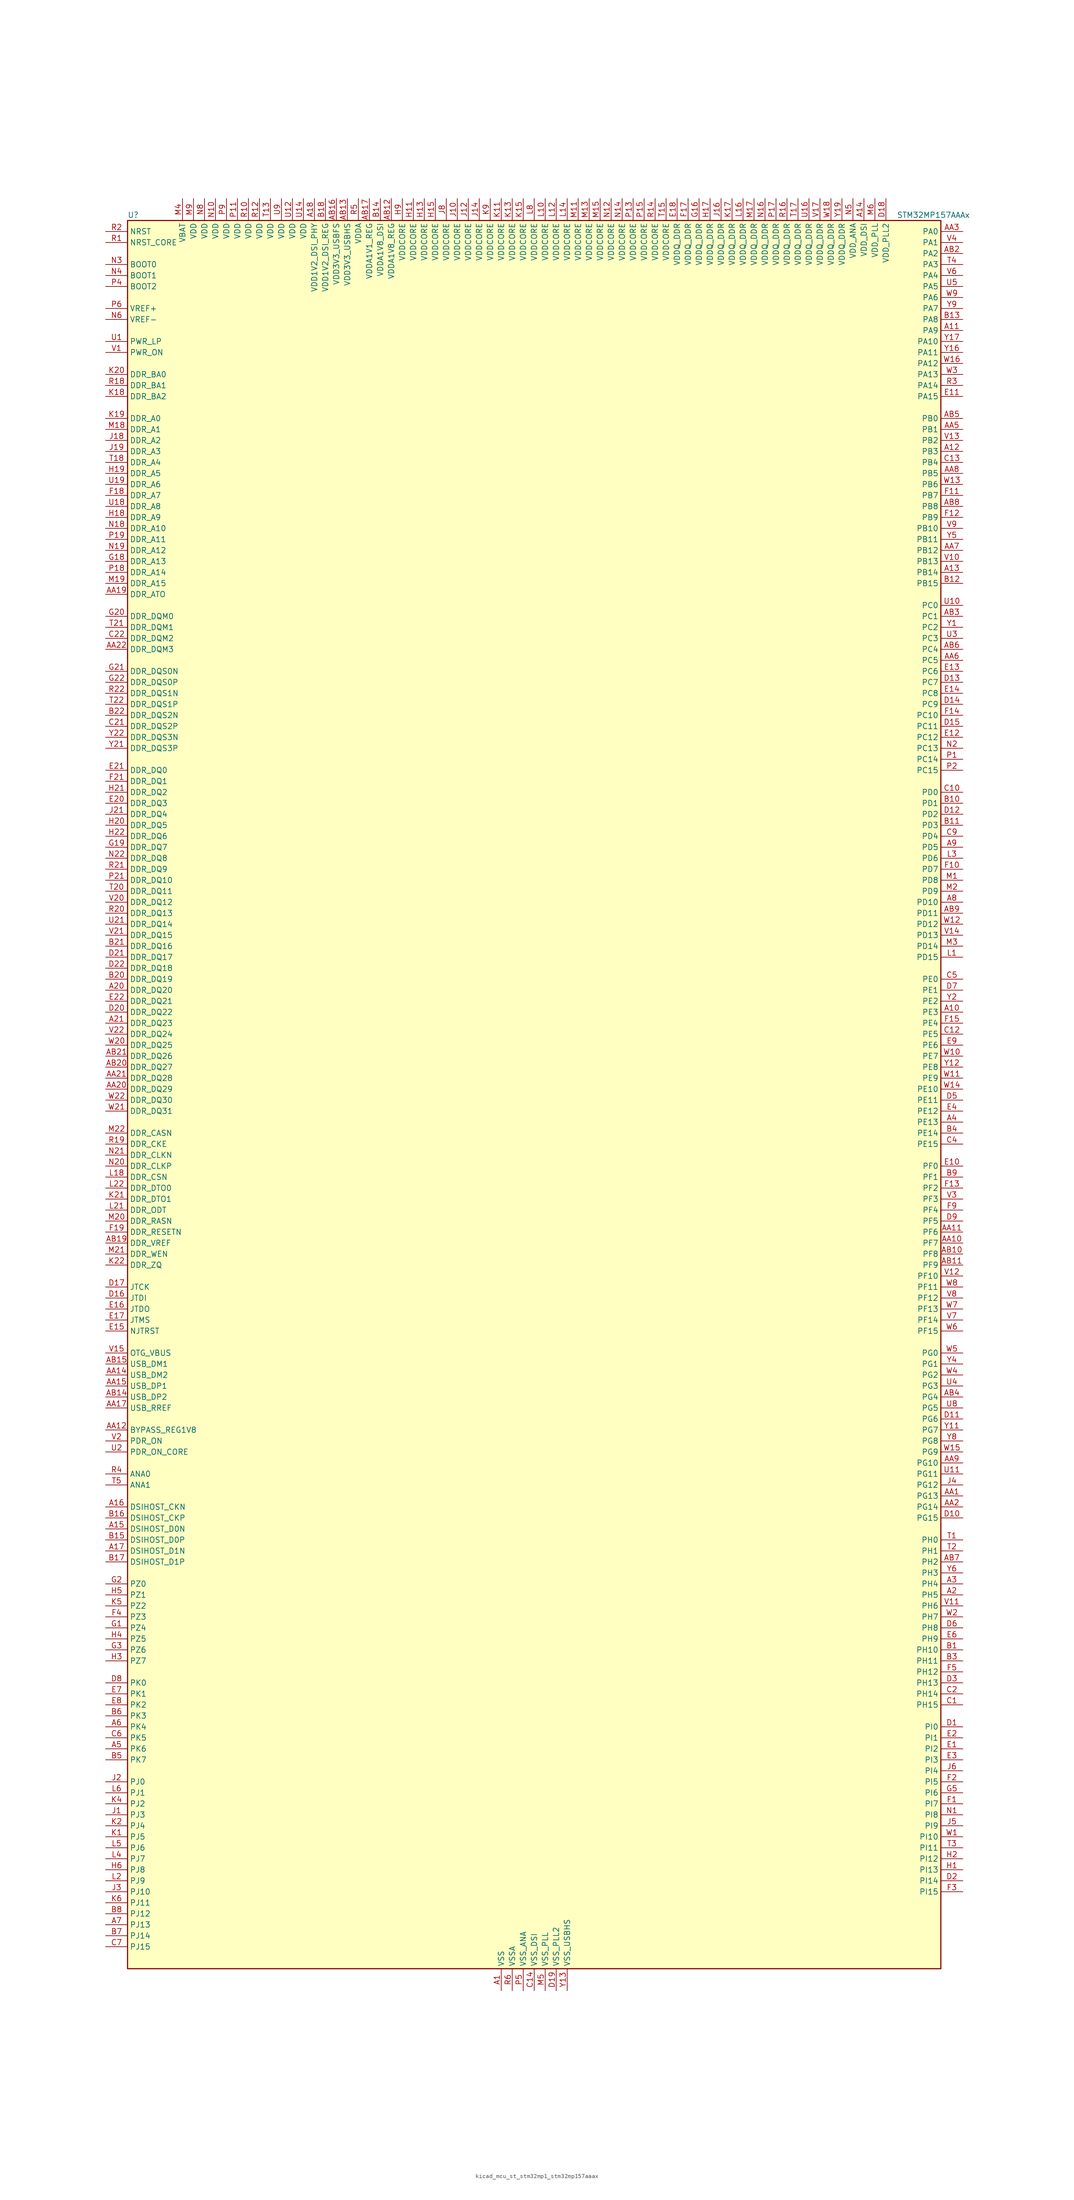
<source format=kicad_sym>
(kicad_symbol_lib
  (version 20220914)
  (generator kicad_symbol_editor)
  (symbol "kicad_mcu_st_stm32mp1_stm32mp157aaax"
    (property "Reference" "U"
      (at -93.98 204.47 0)
      (effects (font (size 1.27 1.27)) (justify left)))
    (property "Value" "STM32MP157AAAx"
      (at 83.82 204.47 0)
      (effects (font (size 1.27 1.27)) (justify left)))
    (property "ki_locked" ""
      (at 0 0 0)
      (effects (font (size 1.27 1.27))))
    (symbol "kicad_mcu_st_stm32mp1_stm32mp157aaax_0_1"
      (rectangle (start -93.98 -200.66) (end 93.98 203.2) (stroke (width 0.254) (type default)) (fill (type background))))
    (symbol "kicad_mcu_st_stm32mp1_stm32mp157aaax_1_1"
      (pin power_in line (at -7.62 -205.74 90) (length 5.08) (name "VSS" (effects (font (size 1.27 1.27)))) (number "A1" (effects (font (size 1.27 1.27)))))
      (pin bidirectional line (at 99.06 20.32 180) (length 5.08) (name "PE3" (effects (font (size 1.27 1.27)))) (number "A10" (effects (font (size 1.27 1.27)))) (alternate "DEBUG_TRACED0" bidirectional line) (alternate "FMC_A19" bidirectional line) (alternate "SAI1_SD_B" bidirectional line) (alternate "SDMMC2_CK" bidirectional line) (alternate "TIM15_BKIN" bidirectional line))
      (pin bidirectional line (at 99.06 177.8 180) (length 5.08) (name "PA9" (effects (font (size 1.27 1.27)))) (number "A11" (effects (font (size 1.27 1.27)))) (alternate "DAC1_EXTI9" bidirectional line) (alternate "DCMI_D0" bidirectional line) (alternate "I2C3_SMBA" bidirectional line) (alternate "I2S2_CK" bidirectional line) (alternate "LTDC_R5" bidirectional line) (alternate "SDMMC2_CDIR" bidirectional line) (alternate "SDMMC2_D5" bidirectional line) (alternate "SPI2_SCK" bidirectional line) (alternate "TIM1_CH2" bidirectional line) (alternate "USART1_TX" bidirectional line))
      (pin bidirectional line (at 99.06 149.86 180) (length 5.08) (name "PB3" (effects (font (size 1.27 1.27)))) (number "A12" (effects (font (size 1.27 1.27)))) (alternate "DEBUG_TRACED9" bidirectional line) (alternate "I2S1_CK" bidirectional line) (alternate "I2S3_CK" bidirectional line) (alternate "SAI4_CK1" bidirectional line) (alternate "SAI4_MCLK_A" bidirectional line) (alternate "SDMMC2_D2" bidirectional line) (alternate "SPI1_SCK" bidirectional line) (alternate "SPI3_SCK" bidirectional line) (alternate "SPI6_SCK" bidirectional line) (alternate "TIM2_CH2" bidirectional line) (alternate "UART7_RX" bidirectional line))
      (pin bidirectional line (at 99.06 121.92 180) (length 5.08) (name "PB14" (effects (font (size 1.27 1.27)))) (number "A13" (effects (font (size 1.27 1.27)))) (alternate "DFSDM1_DATIN2" bidirectional line) (alternate "I2S2_SDI" bidirectional line) (alternate "SDMMC2_D0" bidirectional line) (alternate "SPI2_MISO" bidirectional line) (alternate "TIM12_CH1" bidirectional line) (alternate "TIM1_CH2N" bidirectional line) (alternate "TIM8_CH2N" bidirectional line) (alternate "USART1_TX" bidirectional line) (alternate "USART3_DE" bidirectional line) (alternate "USART3_RTS" bidirectional line))
      (pin power_in line (at 76.2 208.28 270) (length 5.08) (name "VDD_DSI" (effects (font (size 1.27 1.27)))) (number "A14" (effects (font (size 1.27 1.27)))))
      (pin bidirectional line (at -99.06 -99.06 0) (length 5.08) (name "DSIHOST_D0N" (effects (font (size 1.27 1.27)))) (number "A15" (effects (font (size 1.27 1.27)))) (alternate "DSIHOST_D0N" bidirectional line))
      (pin bidirectional line (at -99.06 -93.98 0) (length 5.08) (name "DSIHOST_CKN" (effects (font (size 1.27 1.27)))) (number "A16" (effects (font (size 1.27 1.27)))) (alternate "DSIHOST_CKN" bidirectional line))
      (pin bidirectional line (at -99.06 -104.14 0) (length 5.08) (name "DSIHOST_D1N" (effects (font (size 1.27 1.27)))) (number "A17" (effects (font (size 1.27 1.27)))) (alternate "DSIHOST_D1N" bidirectional line))
      (pin power_in line (at -50.8 208.28 270) (length 5.08) (name "VDD1V2_DSI_PHY" (effects (font (size 1.27 1.27)))) (number "A18" (effects (font (size 1.27 1.27)))))
      (pin passive line (at -7.62 -205.74 90) (length 5.08) hide (name "VSS" (effects (font (size 1.27 1.27)))) (number "A19" (effects (font (size 1.27 1.27)))))
      (pin bidirectional line (at 99.06 -114.3 180) (length 5.08) (name "PH5" (effects (font (size 1.27 1.27)))) (number "A2" (effects (font (size 1.27 1.27)))) (alternate "I2C2_SDA" bidirectional line) (alternate "SAI4_SD_B" bidirectional line) (alternate "SPI5_NSS" bidirectional line))
      (pin bidirectional line (at -99.06 25.4 0) (length 5.08) (name "DDR_DQ20" (effects (font (size 1.27 1.27)))) (number "A20" (effects (font (size 1.27 1.27)))) (alternate "DDR_DQ20" bidirectional line))
      (pin bidirectional line (at -99.06 17.78 0) (length 5.08) (name "DDR_DQ23" (effects (font (size 1.27 1.27)))) (number "A21" (effects (font (size 1.27 1.27)))) (alternate "DDR_DQ23" bidirectional line))
      (pin passive line (at -7.62 -205.74 90) (length 5.08) hide (name "VSS" (effects (font (size 1.27 1.27)))) (number "A22" (effects (font (size 1.27 1.27)))))
      (pin bidirectional line (at 99.06 -111.76 180) (length 5.08) (name "PH4" (effects (font (size 1.27 1.27)))) (number "A3" (effects (font (size 1.27 1.27)))) (alternate "I2C2_SCL" bidirectional line) (alternate "LTDC_G4" bidirectional line) (alternate "LTDC_G5" bidirectional line))
      (pin bidirectional line (at 99.06 -5.08 180) (length 5.08) (name "PE13" (effects (font (size 1.27 1.27)))) (number "A4" (effects (font (size 1.27 1.27)))) (alternate "DCMI_D6" bidirectional line) (alternate "DFSDM1_CKIN5" bidirectional line) (alternate "FMC_D10" bidirectional line) (alternate "FMC_DA10" bidirectional line) (alternate "HDP_HDP2" bidirectional line) (alternate "LTDC_DE" bidirectional line) (alternate "SAI2_FS_B" bidirectional line) (alternate "SPI4_MISO" bidirectional line) (alternate "TIM1_CH3" bidirectional line))
      (pin bidirectional line (at -99.06 -149.86 0) (length 5.08) (name "PK6" (effects (font (size 1.27 1.27)))) (number "A5" (effects (font (size 1.27 1.27)))) (alternate "DEBUG_TRACED7" bidirectional line) (alternate "HDP_HDP7" bidirectional line) (alternate "LTDC_B7" bidirectional line))
      (pin bidirectional line (at -99.06 -144.78 0) (length 5.08) (name "PK4" (effects (font (size 1.27 1.27)))) (number "A6" (effects (font (size 1.27 1.27)))) (alternate "LTDC_B5" bidirectional line))
      (pin bidirectional line (at -99.06 -190.5 0) (length 5.08) (name "PJ13" (effects (font (size 1.27 1.27)))) (number "A7" (effects (font (size 1.27 1.27)))) (alternate "LTDC_B1" bidirectional line) (alternate "LTDC_G4" bidirectional line))
      (pin bidirectional line (at 99.06 45.72 180) (length 5.08) (name "PD10" (effects (font (size 1.27 1.27)))) (number "A8" (effects (font (size 1.27 1.27)))) (alternate "DFSDM1_CKOUT" bidirectional line) (alternate "FMC_D15" bidirectional line) (alternate "FMC_DA15" bidirectional line) (alternate "I2C5_SMBA" bidirectional line) (alternate "I2S3_SDI" bidirectional line) (alternate "LTDC_B3" bidirectional line) (alternate "RTC_REFIN" bidirectional line) (alternate "SAI3_FS_B" bidirectional line) (alternate "SPI3_MISO" bidirectional line) (alternate "TIM16_BKIN" bidirectional line) (alternate "USART3_CK" bidirectional line))
      (pin bidirectional line (at 99.06 58.42 180) (length 5.08) (name "PD5" (effects (font (size 1.27 1.27)))) (number "A9" (effects (font (size 1.27 1.27)))) (alternate "FMC_NWE" bidirectional line) (alternate "SDMMC3_D2" bidirectional line) (alternate "USART2_TX" bidirectional line))
      (pin bidirectional line (at 99.06 -91.44 180) (length 5.08) (name "PG13" (effects (font (size 1.27 1.27)))) (number "AA1" (effects (font (size 1.27 1.27)))) (alternate "DEBUG_TRACED0" bidirectional line) (alternate "ETH1_TXD0" bidirectional line) (alternate "FMC_A24" bidirectional line) (alternate "LPTIM1_OUT" bidirectional line) (alternate "LTDC_R0" bidirectional line) (alternate "SAI1_CK2" bidirectional line) (alternate "SAI1_SCK_A" bidirectional line) (alternate "SAI4_CK1" bidirectional line) (alternate "SAI4_MCLK_A" bidirectional line) (alternate "SPI6_SCK" bidirectional line) (alternate "USART6_CTS" bidirectional line) (alternate "USART6_NSS" bidirectional line))
      (pin bidirectional line (at 99.06 -33.02 180) (length 5.08) (name "PF7" (effects (font (size 1.27 1.27)))) (number "AA10" (effects (font (size 1.27 1.27)))) (alternate "QUADSPI_BK1_IO2" bidirectional line) (alternate "SAI1_MCLK_B" bidirectional line) (alternate "SPI5_SCK" bidirectional line) (alternate "TIM17_CH1" bidirectional line) (alternate "UART7_TX" bidirectional line))
      (pin bidirectional line (at 99.06 -30.48 180) (length 5.08) (name "PF6" (effects (font (size 1.27 1.27)))) (number "AA11" (effects (font (size 1.27 1.27)))) (alternate "QUADSPI_BK1_IO3" bidirectional line) (alternate "SAI1_SD_B" bidirectional line) (alternate "SAI4_SCK_B" bidirectional line) (alternate "SPI5_NSS" bidirectional line) (alternate "TIM16_CH1" bidirectional line) (alternate "UART7_RX" bidirectional line))
      (pin bidirectional line (at -99.06 -76.2 0) (length 5.08) (name "BYPASS_REG1V8" (effects (font (size 1.27 1.27)))) (number "AA12" (effects (font (size 1.27 1.27)))))
      (pin passive line (at 7.62 -205.74 90) (length 5.08) hide (name "VSS_USBHS" (effects (font (size 1.27 1.27)))) (number "AA13" (effects (font (size 1.27 1.27)))))
      (pin bidirectional line (at -99.06 -63.5 0) (length 5.08) (name "USB_DM2" (effects (font (size 1.27 1.27)))) (number "AA14" (effects (font (size 1.27 1.27)))) (alternate "USBH_HS2_DM" bidirectional line) (alternate "USB_OTG_HS_DM" bidirectional line))
      (pin bidirectional line (at -99.06 -66.04 0) (length 5.08) (name "USB_DP1" (effects (font (size 1.27 1.27)))) (number "AA15" (effects (font (size 1.27 1.27)))) (alternate "USBH_HS1_DP" bidirectional line))
      (pin passive line (at 7.62 -205.74 90) (length 5.08) hide (name "VSS_USBHS" (effects (font (size 1.27 1.27)))) (number "AA16" (effects (font (size 1.27 1.27)))))
      (pin bidirectional line (at -99.06 -71.12 0) (length 5.08) (name "USB_RREF" (effects (font (size 1.27 1.27)))) (number "AA17" (effects (font (size 1.27 1.27)))))
      (pin passive line (at -7.62 -205.74 90) (length 5.08) hide (name "VSS" (effects (font (size 1.27 1.27)))) (number "AA18" (effects (font (size 1.27 1.27)))))
      (pin bidirectional line (at -99.06 116.84 0) (length 5.08) (name "DDR_ATO" (effects (font (size 1.27 1.27)))) (number "AA19" (effects (font (size 1.27 1.27)))) (alternate "DDR_ATO" bidirectional line))
      (pin bidirectional line (at 99.06 -93.98 180) (length 5.08) (name "PG14" (effects (font (size 1.27 1.27)))) (number "AA2" (effects (font (size 1.27 1.27)))) (alternate "DEBUG_TRACED1" bidirectional line) (alternate "ETH1_TXD1" bidirectional line) (alternate "FMC_A25" bidirectional line) (alternate "LPTIM1_ETR" bidirectional line) (alternate "LTDC_B0" bidirectional line) (alternate "QUADSPI_BK2_IO3" bidirectional line) (alternate "SAI4_D1" bidirectional line) (alternate "SAI4_SD_A" bidirectional line) (alternate "SPI6_MOSI" bidirectional line) (alternate "USART6_TX" bidirectional line))
      (pin bidirectional line (at -99.06 2.54 0) (length 5.08) (name "DDR_DQ29" (effects (font (size 1.27 1.27)))) (number "AA20" (effects (font (size 1.27 1.27)))) (alternate "DDR_DQ29" bidirectional line))
      (pin bidirectional line (at -99.06 5.08 0) (length 5.08) (name "DDR_DQ28" (effects (font (size 1.27 1.27)))) (number "AA21" (effects (font (size 1.27 1.27)))) (alternate "DDR_DQ28" bidirectional line))
      (pin bidirectional line (at -99.06 104.14 0) (length 5.08) (name "DDR_DQM3" (effects (font (size 1.27 1.27)))) (number "AA22" (effects (font (size 1.27 1.27)))) (alternate "DDR_DQM3" bidirectional line))
      (pin bidirectional line (at 99.06 200.66 180) (length 5.08) (name "PA0" (effects (font (size 1.27 1.27)))) (number "AA3" (effects (font (size 1.27 1.27)))) (alternate "ADC1_INP16" bidirectional line) (alternate "ETH1_CRS" bidirectional line) (alternate "PWR_WKUP1" bidirectional line) (alternate "SAI2_SD_B" bidirectional line) (alternate "SDMMC2_CMD" bidirectional line) (alternate "TIM15_BKIN" bidirectional line) (alternate "TIM2_CH1" bidirectional line) (alternate "TIM2_ETR" bidirectional line) (alternate "TIM5_CH1" bidirectional line) (alternate "TIM8_ETR" bidirectional line) (alternate "UART4_TX" bidirectional line) (alternate "USART2_CTS" bidirectional line) (alternate "USART2_NSS" bidirectional line))
      (pin passive line (at -7.62 -205.74 90) (length 5.08) hide (name "VSS" (effects (font (size 1.27 1.27)))) (number "AA4" (effects (font (size 1.27 1.27)))))
      (pin bidirectional line (at 99.06 154.94 180) (length 5.08) (name "PB1" (effects (font (size 1.27 1.27)))) (number "AA5" (effects (font (size 1.27 1.27)))) (alternate "ADC1_INP5" bidirectional line) (alternate "ADC2_INP5" bidirectional line) (alternate "DFSDM1_DATIN1" bidirectional line) (alternate "ETH1_RXD3" bidirectional line) (alternate "LTDC_G0" bidirectional line) (alternate "LTDC_R6" bidirectional line) (alternate "TIM1_CH3N" bidirectional line) (alternate "TIM3_CH4" bidirectional line) (alternate "TIM8_CH3N" bidirectional line))
      (pin bidirectional line (at 99.06 101.6 180) (length 5.08) (name "PC5" (effects (font (size 1.27 1.27)))) (number "AA6" (effects (font (size 1.27 1.27)))) (alternate "ADC1_INN4" bidirectional line) (alternate "ADC1_INP8" bidirectional line) (alternate "ADC2_INN4" bidirectional line) (alternate "ADC2_INP8" bidirectional line) (alternate "DFSDM1_DATIN2" bidirectional line) (alternate "ETH1_RXD1" bidirectional line) (alternate "SAI1_D3" bidirectional line) (alternate "SAI1_D4" bidirectional line) (alternate "SAI4_D3" bidirectional line) (alternate "SAI4_D4" bidirectional line) (alternate "SPDIFRX_IN3" bidirectional line))
      (pin bidirectional line (at 99.06 127 180) (length 5.08) (name "PB12" (effects (font (size 1.27 1.27)))) (number "AA7" (effects (font (size 1.27 1.27)))) (alternate "DFSDM1_DATIN1" bidirectional line) (alternate "ETH1_TXD0" bidirectional line) (alternate "FDCAN2_RX" bidirectional line) (alternate "I2C2_SMBA" bidirectional line) (alternate "I2C6_SMBA" bidirectional line) (alternate "I2S2_WS" bidirectional line) (alternate "SPI2_NSS" bidirectional line) (alternate "TIM1_BKIN" bidirectional line) (alternate "UART5_RX" bidirectional line) (alternate "USART3_CK" bidirectional line) (alternate "USART3_RX" bidirectional line))
      (pin bidirectional line (at 99.06 144.78 180) (length 5.08) (name "PB5" (effects (font (size 1.27 1.27)))) (number "AA8" (effects (font (size 1.27 1.27)))) (alternate "DCMI_D10" bidirectional line) (alternate "ETH1_CLK" bidirectional line) (alternate "ETH1_PPS_OUT" bidirectional line) (alternate "FDCAN2_RX" bidirectional line) (alternate "I2C1_SMBA" bidirectional line) (alternate "I2C4_SMBA" bidirectional line) (alternate "I2S1_SDO" bidirectional line) (alternate "I2S3_SDO" bidirectional line) (alternate "LTDC_G7" bidirectional line) (alternate "SAI4_D1" bidirectional line) (alternate "SAI4_SD_A" bidirectional line) (alternate "SPI1_MOSI" bidirectional line) (alternate "SPI3_MOSI" bidirectional line) (alternate "SPI6_MOSI" bidirectional line) (alternate "TIM17_BKIN" bidirectional line) (alternate "TIM3_CH2" bidirectional line) (alternate "UART5_RX" bidirectional line))
      (pin bidirectional line (at 99.06 -83.82 180) (length 5.08) (name "PG10" (effects (font (size 1.27 1.27)))) (number "AA9" (effects (font (size 1.27 1.27)))) (alternate "DCMI_D2" bidirectional line) (alternate "DEBUG_TRACED10" bidirectional line) (alternate "FMC_NE3" bidirectional line) (alternate "LTDC_B2" bidirectional line) (alternate "LTDC_G3" bidirectional line) (alternate "QUADSPI_BK2_IO2" bidirectional line) (alternate "SAI2_SD_B" bidirectional line) (alternate "UART8_CTS" bidirectional line))
      (pin passive line (at -7.62 -205.74 90) (length 5.08) hide (name "VSS" (effects (font (size 1.27 1.27)))) (number "AB1" (effects (font (size 1.27 1.27)))))
      (pin bidirectional line (at 99.06 -35.56 180) (length 5.08) (name "PF8" (effects (font (size 1.27 1.27)))) (number "AB10" (effects (font (size 1.27 1.27)))) (alternate "DEBUG_TRACED12" bidirectional line) (alternate "QUADSPI_BK1_IO0" bidirectional line) (alternate "SAI1_SCK_B" bidirectional line) (alternate "SPI5_MISO" bidirectional line) (alternate "TIM13_CH1" bidirectional line) (alternate "TIM16_CH1N" bidirectional line) (alternate "UART7_DE" bidirectional line) (alternate "UART7_RTS" bidirectional line))
      (pin bidirectional line (at 99.06 -38.1 180) (length 5.08) (name "PF9" (effects (font (size 1.27 1.27)))) (number "AB11" (effects (font (size 1.27 1.27)))) (alternate "DAC1_EXTI9" bidirectional line) (alternate "DEBUG_TRACED13" bidirectional line) (alternate "QUADSPI_BK1_IO1" bidirectional line) (alternate "SAI1_FS_B" bidirectional line) (alternate "SPI5_MOSI" bidirectional line) (alternate "TIM14_CH1" bidirectional line) (alternate "TIM17_CH1N" bidirectional line) (alternate "UART7_CTS" bidirectional line))
      (pin power_in line (at -33.02 208.28 270) (length 5.08) (name "VDDA1V8_REG" (effects (font (size 1.27 1.27)))) (number "AB12" (effects (font (size 1.27 1.27)))))
      (pin power_in line (at -43.18 208.28 270) (length 5.08) (name "VDD3V3_USBHS" (effects (font (size 1.27 1.27)))) (number "AB13" (effects (font (size 1.27 1.27)))))
      (pin bidirectional line (at -99.06 -68.58 0) (length 5.08) (name "USB_DP2" (effects (font (size 1.27 1.27)))) (number "AB14" (effects (font (size 1.27 1.27)))) (alternate "USBH_HS2_DP" bidirectional line) (alternate "USB_OTG_HS_DP" bidirectional line))
      (pin bidirectional line (at -99.06 -60.96 0) (length 5.08) (name "USB_DM1" (effects (font (size 1.27 1.27)))) (number "AB15" (effects (font (size 1.27 1.27)))) (alternate "USBH_HS1_DM" bidirectional line))
      (pin power_in line (at -45.72 208.28 270) (length 5.08) (name "VDD3V3_USBFS" (effects (font (size 1.27 1.27)))) (number "AB16" (effects (font (size 1.27 1.27)))))
      (pin power_in line (at -38.1 208.28 270) (length 5.08) (name "VDDA1V1_REG" (effects (font (size 1.27 1.27)))) (number "AB17" (effects (font (size 1.27 1.27)))))
      (pin passive line (at -7.62 -205.74 90) (length 5.08) hide (name "VSS" (effects (font (size 1.27 1.27)))) (number "AB18" (effects (font (size 1.27 1.27)))))
      (pin bidirectional line (at -99.06 -33.02 0) (length 5.08) (name "DDR_VREF" (effects (font (size 1.27 1.27)))) (number "AB19" (effects (font (size 1.27 1.27)))) (alternate "DDR_VREF" bidirectional line))
      (pin bidirectional line (at 99.06 195.58 180) (length 5.08) (name "PA2" (effects (font (size 1.27 1.27)))) (number "AB2" (effects (font (size 1.27 1.27)))) (alternate "ADC1_INP14" bidirectional line) (alternate "ETH1_MDIO" bidirectional line) (alternate "LPTIM4_OUT" bidirectional line) (alternate "LTDC_R1" bidirectional line) (alternate "PWR_WKUP2" bidirectional line) (alternate "SAI2_SCK_B" bidirectional line) (alternate "SDMMC2_D0DIR" bidirectional line) (alternate "TIM15_CH1" bidirectional line) (alternate "TIM2_CH3" bidirectional line) (alternate "TIM5_CH3" bidirectional line) (alternate "USART2_TX" bidirectional line))
      (pin bidirectional line (at -99.06 7.62 0) (length 5.08) (name "DDR_DQ27" (effects (font (size 1.27 1.27)))) (number "AB20" (effects (font (size 1.27 1.27)))) (alternate "DDR_DQ27" bidirectional line))
      (pin bidirectional line (at -99.06 10.16 0) (length 5.08) (name "DDR_DQ26" (effects (font (size 1.27 1.27)))) (number "AB21" (effects (font (size 1.27 1.27)))) (alternate "DDR_DQ26" bidirectional line))
      (pin passive line (at -7.62 -205.74 90) (length 5.08) hide (name "VSS" (effects (font (size 1.27 1.27)))) (number "AB22" (effects (font (size 1.27 1.27)))))
      (pin bidirectional line (at 99.06 111.76 180) (length 5.08) (name "PC1" (effects (font (size 1.27 1.27)))) (number "AB3" (effects (font (size 1.27 1.27)))) (alternate "ADC1_INN10" bidirectional line) (alternate "ADC1_INP11" bidirectional line) (alternate "ADC2_INN10" bidirectional line) (alternate "ADC2_INP11" bidirectional line) (alternate "DEBUG_TRACED0" bidirectional line) (alternate "DFSDM1_CKIN4" bidirectional line) (alternate "DFSDM1_DATIN0" bidirectional line) (alternate "ETH1_MDC" bidirectional line) (alternate "I2S2_SDO" bidirectional line) (alternate "PWR_WKUP6" bidirectional line) (alternate "SAI1_D1" bidirectional line) (alternate "SAI1_SD_A" bidirectional line) (alternate "SDMMC2_CK" bidirectional line) (alternate "SPI2_MOSI" bidirectional line) (alternate "TAMP_IN3" bidirectional line))
      (pin bidirectional line (at 99.06 -68.58 180) (length 5.08) (name "PG4" (effects (font (size 1.27 1.27)))) (number "AB4" (effects (font (size 1.27 1.27)))) (alternate "ETH1_GTX_CLK" bidirectional line) (alternate "FMC_A14" bidirectional line) (alternate "TIM1_BKIN2" bidirectional line))
      (pin bidirectional line (at 99.06 157.48 180) (length 5.08) (name "PB0" (effects (font (size 1.27 1.27)))) (number "AB5" (effects (font (size 1.27 1.27)))) (alternate "ADC1_INN5" bidirectional line) (alternate "ADC1_INP9" bidirectional line) (alternate "ADC2_INN5" bidirectional line) (alternate "ADC2_INP9" bidirectional line) (alternate "DFSDM1_CKOUT" bidirectional line) (alternate "ETH1_RXD2" bidirectional line) (alternate "LTDC_G1" bidirectional line) (alternate "LTDC_R3" bidirectional line) (alternate "TIM1_CH2N" bidirectional line) (alternate "TIM3_CH3" bidirectional line) (alternate "TIM8_CH2N" bidirectional line) (alternate "UART4_CTS" bidirectional line))
      (pin bidirectional line (at 99.06 104.14 180) (length 5.08) (name "PC4" (effects (font (size 1.27 1.27)))) (number "AB6" (effects (font (size 1.27 1.27)))) (alternate "ADC1_INP4" bidirectional line) (alternate "ADC2_INP4" bidirectional line) (alternate "DFSDM1_CKIN2" bidirectional line) (alternate "ETH1_RXD0" bidirectional line) (alternate "I2S1_MCK" bidirectional line) (alternate "SPDIFRX_IN2" bidirectional line))
      (pin bidirectional line (at 99.06 -106.68 180) (length 5.08) (name "PH2" (effects (font (size 1.27 1.27)))) (number "AB7" (effects (font (size 1.27 1.27)))) (alternate "ETH1_CRS" bidirectional line) (alternate "LPTIM1_IN2" bidirectional line) (alternate "LTDC_R0" bidirectional line) (alternate "QUADSPI_BK2_IO0" bidirectional line) (alternate "SAI2_SCK_B" bidirectional line))
      (pin bidirectional line (at 99.06 137.16 180) (length 5.08) (name "PB8" (effects (font (size 1.27 1.27)))) (number "AB8" (effects (font (size 1.27 1.27)))) (alternate "DCMI_D6" bidirectional line) (alternate "DFSDM1_CKIN7" bidirectional line) (alternate "ETH1_TXD3" bidirectional line) (alternate "FDCAN1_RX" bidirectional line) (alternate "HDP_HDP6" bidirectional line) (alternate "I2C1_SCL" bidirectional line) (alternate "I2C4_SCL" bidirectional line) (alternate "LTDC_B6" bidirectional line) (alternate "SDMMC1_CKIN" bidirectional line) (alternate "SDMMC1_D4" bidirectional line) (alternate "SDMMC2_CKIN" bidirectional line) (alternate "SDMMC2_D4" bidirectional line) (alternate "TIM16_CH1" bidirectional line) (alternate "TIM4_CH3" bidirectional line) (alternate "UART4_RX" bidirectional line))
      (pin bidirectional line (at 99.06 43.18 180) (length 5.08) (name "PD11" (effects (font (size 1.27 1.27)))) (number "AB9" (effects (font (size 1.27 1.27)))) (alternate "ADC1_EXTI11" bidirectional line) (alternate "ADC2_EXTI11" bidirectional line) (alternate "FMC_A16" bidirectional line) (alternate "FMC_CLE" bidirectional line) (alternate "I2C1_SMBA" bidirectional line) (alternate "I2C4_SMBA" bidirectional line) (alternate "LPTIM2_IN2" bidirectional line) (alternate "QUADSPI_BK1_IO0" bidirectional line) (alternate "SAI2_SD_A" bidirectional line) (alternate "USART3_CTS" bidirectional line) (alternate "USART3_NSS" bidirectional line))
      (pin bidirectional line (at 99.06 -127 180) (length 5.08) (name "PH10" (effects (font (size 1.27 1.27)))) (number "B1" (effects (font (size 1.27 1.27)))) (alternate "DCMI_D1" bidirectional line) (alternate "I2C1_SMBA" bidirectional line) (alternate "I2C4_SMBA" bidirectional line) (alternate "LTDC_R4" bidirectional line) (alternate "TIM5_CH1" bidirectional line))
      (pin bidirectional line (at 99.06 68.58 180) (length 5.08) (name "PD1" (effects (font (size 1.27 1.27)))) (number "B10" (effects (font (size 1.27 1.27)))) (alternate "DFSDM1_CKIN7" bidirectional line) (alternate "DFSDM1_DATIN6" bidirectional line) (alternate "FDCAN1_TX" bidirectional line) (alternate "FMC_D3" bidirectional line) (alternate "FMC_DA3" bidirectional line) (alternate "I2C5_SCL" bidirectional line) (alternate "I2C6_SCL" bidirectional line) (alternate "SAI3_SD_A" bidirectional line) (alternate "SDMMC3_D0" bidirectional line) (alternate "UART4_TX" bidirectional line))
      (pin bidirectional line (at 99.06 63.5 180) (length 5.08) (name "PD3" (effects (font (size 1.27 1.27)))) (number "B11" (effects (font (size 1.27 1.27)))) (alternate "DCMI_D5" bidirectional line) (alternate "DFSDM1_CKOUT" bidirectional line) (alternate "DFSDM1_DATIN0" bidirectional line) (alternate "FMC_CLK" bidirectional line) (alternate "HDP_HDP5" bidirectional line) (alternate "I2S2_CK" bidirectional line) (alternate "LTDC_G7" bidirectional line) (alternate "SDMMC1_D123DIR" bidirectional line) (alternate "SDMMC1_D7" bidirectional line) (alternate "SDMMC2_D123DIR" bidirectional line) (alternate "SDMMC2_D7" bidirectional line) (alternate "SPI2_SCK" bidirectional line) (alternate "USART2_CTS" bidirectional line) (alternate "USART2_NSS" bidirectional line))
      (pin bidirectional line (at 99.06 119.38 180) (length 5.08) (name "PB15" (effects (font (size 1.27 1.27)))) (number "B12" (effects (font (size 1.27 1.27)))) (alternate "ADC1_EXTI15" bidirectional line) (alternate "ADC2_EXTI15" bidirectional line) (alternate "DFSDM1_CKIN2" bidirectional line) (alternate "I2S2_SDO" bidirectional line) (alternate "RTC_REFIN" bidirectional line) (alternate "SDMMC2_D1" bidirectional line) (alternate "SPI2_MOSI" bidirectional line) (alternate "TIM12_CH2" bidirectional line) (alternate "TIM1_CH3N" bidirectional line) (alternate "TIM8_CH3N" bidirectional line) (alternate "USART1_RX" bidirectional line))
      (pin bidirectional line (at 99.06 180.34 180) (length 5.08) (name "PA8" (effects (font (size 1.27 1.27)))) (number "B13" (effects (font (size 1.27 1.27)))) (alternate "I2C3_SCL" bidirectional line) (alternate "I2S3_SDO" bidirectional line) (alternate "LTDC_R6" bidirectional line) (alternate "RCC_MCO_1" bidirectional line) (alternate "SAI4_SD_B" bidirectional line) (alternate "SDMMC2_CKIN" bidirectional line) (alternate "SDMMC2_D4" bidirectional line) (alternate "SPI3_MOSI" bidirectional line) (alternate "TIM1_CH1" bidirectional line) (alternate "TIM8_BKIN2" bidirectional line) (alternate "UART7_RX" bidirectional line) (alternate "USART1_CK" bidirectional line) (alternate "USB_OTG_HS_SOF" bidirectional line))
      (pin power_in line (at -35.56 208.28 270) (length 5.08) (name "VDDA1V8_DSI" (effects (font (size 1.27 1.27)))) (number "B14" (effects (font (size 1.27 1.27)))))
      (pin bidirectional line (at -99.06 -101.6 0) (length 5.08) (name "DSIHOST_D0P" (effects (font (size 1.27 1.27)))) (number "B15" (effects (font (size 1.27 1.27)))) (alternate "DSIHOST_D0P" bidirectional line))
      (pin bidirectional line (at -99.06 -96.52 0) (length 5.08) (name "DSIHOST_CKP" (effects (font (size 1.27 1.27)))) (number "B16" (effects (font (size 1.27 1.27)))) (alternate "DSIHOST_CKP" bidirectional line))
      (pin bidirectional line (at -99.06 -106.68 0) (length 5.08) (name "DSIHOST_D1P" (effects (font (size 1.27 1.27)))) (number "B17" (effects (font (size 1.27 1.27)))) (alternate "DSIHOST_D1P" bidirectional line))
      (pin power_in line (at -48.26 208.28 270) (length 5.08) (name "VDD1V2_DSI_REG" (effects (font (size 1.27 1.27)))) (number "B18" (effects (font (size 1.27 1.27)))))
      (pin passive line (at -7.62 -205.74 90) (length 5.08) hide (name "VSS" (effects (font (size 1.27 1.27)))) (number "B19" (effects (font (size 1.27 1.27)))))
      (pin passive line (at -7.62 -205.74 90) (length 5.08) hide (name "VSS" (effects (font (size 1.27 1.27)))) (number "B2" (effects (font (size 1.27 1.27)))))
      (pin bidirectional line (at -99.06 27.94 0) (length 5.08) (name "DDR_DQ19" (effects (font (size 1.27 1.27)))) (number "B20" (effects (font (size 1.27 1.27)))) (alternate "DDR_DQ19" bidirectional line))
      (pin bidirectional line (at -99.06 35.56 0) (length 5.08) (name "DDR_DQ16" (effects (font (size 1.27 1.27)))) (number "B21" (effects (font (size 1.27 1.27)))) (alternate "DDR_DQ16" bidirectional line))
      (pin bidirectional line (at -99.06 88.9 0) (length 5.08) (name "DDR_DQS2N" (effects (font (size 1.27 1.27)))) (number "B22" (effects (font (size 1.27 1.27)))) (alternate "DDR_DQS2N" bidirectional line))
      (pin bidirectional line (at 99.06 -129.54 180) (length 5.08) (name "PH11" (effects (font (size 1.27 1.27)))) (number "B3" (effects (font (size 1.27 1.27)))) (alternate "ADC1_EXTI11" bidirectional line) (alternate "ADC2_EXTI11" bidirectional line) (alternate "DCMI_D2" bidirectional line) (alternate "I2C1_SCL" bidirectional line) (alternate "I2C4_SCL" bidirectional line) (alternate "LTDC_R5" bidirectional line) (alternate "TIM5_CH2" bidirectional line))
      (pin bidirectional line (at 99.06 -7.62 180) (length 5.08) (name "PE14" (effects (font (size 1.27 1.27)))) (number "B4" (effects (font (size 1.27 1.27)))) (alternate "FMC_D11" bidirectional line) (alternate "FMC_DA11" bidirectional line) (alternate "LTDC_CLK" bidirectional line) (alternate "LTDC_G0" bidirectional line) (alternate "SAI2_MCLK_B" bidirectional line) (alternate "SDMMC1_D123DIR" bidirectional line) (alternate "SPI4_MOSI" bidirectional line) (alternate "TIM1_CH4" bidirectional line) (alternate "UART8_DE" bidirectional line) (alternate "UART8_RTS" bidirectional line))
      (pin bidirectional line (at -99.06 -152.4 0) (length 5.08) (name "PK7" (effects (font (size 1.27 1.27)))) (number "B5" (effects (font (size 1.27 1.27)))) (alternate "LTDC_DE" bidirectional line))
      (pin bidirectional line (at -99.06 -142.24 0) (length 5.08) (name "PK3" (effects (font (size 1.27 1.27)))) (number "B6" (effects (font (size 1.27 1.27)))) (alternate "LTDC_B4" bidirectional line))
      (pin bidirectional line (at -99.06 -193.04 0) (length 5.08) (name "PJ14" (effects (font (size 1.27 1.27)))) (number "B7" (effects (font (size 1.27 1.27)))) (alternate "LTDC_B2" bidirectional line))
      (pin bidirectional line (at -99.06 -187.96 0) (length 5.08) (name "PJ12" (effects (font (size 1.27 1.27)))) (number "B8" (effects (font (size 1.27 1.27)))) (alternate "LTDC_B0" bidirectional line) (alternate "LTDC_G3" bidirectional line))
      (pin bidirectional line (at 99.06 -17.78 180) (length 5.08) (name "PF1" (effects (font (size 1.27 1.27)))) (number "B9" (effects (font (size 1.27 1.27)))) (alternate "FMC_A1" bidirectional line) (alternate "I2C2_SCL" bidirectional line) (alternate "SDMMC3_CDIR" bidirectional line) (alternate "SDMMC3_CMD" bidirectional line))
      (pin bidirectional line (at 99.06 -139.7 180) (length 5.08) (name "PH15" (effects (font (size 1.27 1.27)))) (number "C1" (effects (font (size 1.27 1.27)))) (alternate "ADC1_EXTI15" bidirectional line) (alternate "ADC2_EXTI15" bidirectional line) (alternate "DCMI_D11" bidirectional line) (alternate "LTDC_G4" bidirectional line) (alternate "TIM8_CH3N" bidirectional line))
      (pin bidirectional line (at 99.06 71.12 180) (length 5.08) (name "PD0" (effects (font (size 1.27 1.27)))) (number "C10" (effects (font (size 1.27 1.27)))) (alternate "DFSDM1_CKIN6" bidirectional line) (alternate "DFSDM1_DATIN7" bidirectional line) (alternate "FDCAN1_RX" bidirectional line) (alternate "FMC_D2" bidirectional line) (alternate "FMC_DA2" bidirectional line) (alternate "I2C5_SDA" bidirectional line) (alternate "I2C6_SDA" bidirectional line) (alternate "SAI3_SCK_A" bidirectional line) (alternate "SDMMC3_CMD" bidirectional line) (alternate "UART4_RX" bidirectional line))
      (pin passive line (at -7.62 -205.74 90) (length 5.08) hide (name "VSS" (effects (font (size 1.27 1.27)))) (number "C11" (effects (font (size 1.27 1.27)))))
      (pin bidirectional line (at 99.06 15.24 180) (length 5.08) (name "PE5" (effects (font (size 1.27 1.27)))) (number "C12" (effects (font (size 1.27 1.27)))) (alternate "DCMI_D6" bidirectional line) (alternate "DEBUG_TRACED3" bidirectional line) (alternate "DFSDM1_CKIN3" bidirectional line) (alternate "FMC_A21" bidirectional line) (alternate "LTDC_G0" bidirectional line) (alternate "SAI1_CK2" bidirectional line) (alternate "SAI1_SCK_A" bidirectional line) (alternate "SDMMC1_D0DIR" bidirectional line) (alternate "SDMMC1_D6" bidirectional line) (alternate "SDMMC2_D0DIR" bidirectional line) (alternate "SDMMC2_D6" bidirectional line) (alternate "SPI4_MISO" bidirectional line) (alternate "TIM15_CH1" bidirectional line))
      (pin bidirectional line (at 99.06 147.32 180) (length 5.08) (name "PB4" (effects (font (size 1.27 1.27)))) (number "C13" (effects (font (size 1.27 1.27)))) (alternate "DEBUG_TRACED8" bidirectional line) (alternate "I2S1_SDI" bidirectional line) (alternate "I2S2_WS" bidirectional line) (alternate "I2S3_SDI" bidirectional line) (alternate "SAI4_CK2" bidirectional line) (alternate "SAI4_SCK_A" bidirectional line) (alternate "SDMMC2_D3" bidirectional line) (alternate "SPI1_MISO" bidirectional line) (alternate "SPI2_NSS" bidirectional line) (alternate "SPI3_MISO" bidirectional line) (alternate "SPI6_MISO" bidirectional line) (alternate "TIM16_BKIN" bidirectional line) (alternate "TIM3_CH1" bidirectional line) (alternate "UART7_TX" bidirectional line))
      (pin power_in line (at 0 -205.74 90) (length 5.08) (name "VSS_DSI" (effects (font (size 1.27 1.27)))) (number "C14" (effects (font (size 1.27 1.27)))))
      (pin passive line (at 0 -205.74 90) (length 5.08) hide (name "VSS_DSI" (effects (font (size 1.27 1.27)))) (number "C15" (effects (font (size 1.27 1.27)))))
      (pin passive line (at 0 -205.74 90) (length 5.08) hide (name "VSS_DSI" (effects (font (size 1.27 1.27)))) (number "C16" (effects (font (size 1.27 1.27)))))
      (pin passive line (at 0 -205.74 90) (length 5.08) hide (name "VSS_DSI" (effects (font (size 1.27 1.27)))) (number "C17" (effects (font (size 1.27 1.27)))))
      (pin passive line (at 0 -205.74 90) (length 5.08) hide (name "VSS_DSI" (effects (font (size 1.27 1.27)))) (number "C18" (effects (font (size 1.27 1.27)))))
      (pin passive line (at -7.62 -205.74 90) (length 5.08) hide (name "VSS" (effects (font (size 1.27 1.27)))) (number "C19" (effects (font (size 1.27 1.27)))))
      (pin bidirectional line (at 99.06 -137.16 180) (length 5.08) (name "PH14" (effects (font (size 1.27 1.27)))) (number "C2" (effects (font (size 1.27 1.27)))) (alternate "DCMI_D4" bidirectional line) (alternate "FDCAN1_RX" bidirectional line) (alternate "LTDC_G3" bidirectional line) (alternate "TIM8_CH2N" bidirectional line) (alternate "UART4_RX" bidirectional line))
      (pin passive line (at -7.62 -205.74 90) (length 5.08) hide (name "VSS" (effects (font (size 1.27 1.27)))) (number "C20" (effects (font (size 1.27 1.27)))))
      (pin bidirectional line (at -99.06 86.36 0) (length 5.08) (name "DDR_DQS2P" (effects (font (size 1.27 1.27)))) (number "C21" (effects (font (size 1.27 1.27)))) (alternate "DDR_DQS2P" bidirectional line))
      (pin bidirectional line (at -99.06 106.68 0) (length 5.08) (name "DDR_DQM2" (effects (font (size 1.27 1.27)))) (number "C22" (effects (font (size 1.27 1.27)))) (alternate "DDR_DQM2" bidirectional line))
      (pin passive line (at -7.62 -205.74 90) (length 5.08) hide (name "VSS" (effects (font (size 1.27 1.27)))) (number "C3" (effects (font (size 1.27 1.27)))))
      (pin bidirectional line (at 99.06 -10.16 180) (length 5.08) (name "PE15" (effects (font (size 1.27 1.27)))) (number "C4" (effects (font (size 1.27 1.27)))) (alternate "ADC1_EXTI15" bidirectional line) (alternate "ADC2_EXTI15" bidirectional line) (alternate "FMC_D12" bidirectional line) (alternate "FMC_DA12" bidirectional line) (alternate "FMC_NCE2" bidirectional line) (alternate "HDP_HDP3" bidirectional line) (alternate "LTDC_R7" bidirectional line) (alternate "TIM15_BKIN" bidirectional line) (alternate "TIM1_BKIN" bidirectional line) (alternate "UART8_CTS" bidirectional line) (alternate "USART2_CTS" bidirectional line) (alternate "USART2_NSS" bidirectional line))
      (pin bidirectional line (at 99.06 27.94 180) (length 5.08) (name "PE0" (effects (font (size 1.27 1.27)))) (number "C5" (effects (font (size 1.27 1.27)))) (alternate "DCMI_D2" bidirectional line) (alternate "FMC_NBL0" bidirectional line) (alternate "I2S3_CK" bidirectional line) (alternate "LPTIM1_ETR" bidirectional line) (alternate "LPTIM2_ETR" bidirectional line) (alternate "SAI2_MCLK_A" bidirectional line) (alternate "SAI4_MCLK_B" bidirectional line) (alternate "SPI3_SCK" bidirectional line) (alternate "TIM4_ETR" bidirectional line) (alternate "UART8_RX" bidirectional line))
      (pin bidirectional line (at -99.06 -147.32 0) (length 5.08) (name "PK5" (effects (font (size 1.27 1.27)))) (number "C6" (effects (font (size 1.27 1.27)))) (alternate "DEBUG_TRACED6" bidirectional line) (alternate "HDP_HDP6" bidirectional line) (alternate "LTDC_B6" bidirectional line))
      (pin bidirectional line (at -99.06 -195.58 0) (length 5.08) (name "PJ15" (effects (font (size 1.27 1.27)))) (number "C7" (effects (font (size 1.27 1.27)))) (alternate "ADC1_EXTI15" bidirectional line) (alternate "ADC2_EXTI15" bidirectional line) (alternate "LTDC_B3" bidirectional line))
      (pin passive line (at -7.62 -205.74 90) (length 5.08) hide (name "VSS" (effects (font (size 1.27 1.27)))) (number "C8" (effects (font (size 1.27 1.27)))))
      (pin bidirectional line (at 99.06 60.96 180) (length 5.08) (name "PD4" (effects (font (size 1.27 1.27)))) (number "C9" (effects (font (size 1.27 1.27)))) (alternate "DFSDM1_CKIN0" bidirectional line) (alternate "FMC_NOE" bidirectional line) (alternate "SAI3_FS_A" bidirectional line) (alternate "SDMMC3_D1" bidirectional line) (alternate "USART2_DE" bidirectional line) (alternate "USART2_RTS" bidirectional line))
      (pin bidirectional line (at 99.06 -144.78 180) (length 5.08) (name "PI0" (effects (font (size 1.27 1.27)))) (number "D1" (effects (font (size 1.27 1.27)))) (alternate "DCMI_D13" bidirectional line) (alternate "I2S2_WS" bidirectional line) (alternate "LTDC_G5" bidirectional line) (alternate "SPI2_NSS" bidirectional line) (alternate "TIM5_CH4" bidirectional line))
      (pin bidirectional line (at 99.06 -96.52 180) (length 5.08) (name "PG15" (effects (font (size 1.27 1.27)))) (number "D10" (effects (font (size 1.27 1.27)))) (alternate "ADC1_EXTI15" bidirectional line) (alternate "ADC2_EXTI15" bidirectional line) (alternate "DCMI_D13" bidirectional line) (alternate "DEBUG_TRACED7" bidirectional line) (alternate "I2C2_SDA" bidirectional line) (alternate "SAI1_D2" bidirectional line) (alternate "SAI1_FS_A" bidirectional line) (alternate "SDMMC3_CK" bidirectional line) (alternate "USART6_CTS" bidirectional line) (alternate "USART6_NSS" bidirectional line))
      (pin bidirectional line (at 99.06 -73.66 180) (length 5.08) (name "PG6" (effects (font (size 1.27 1.27)))) (number "D11" (effects (font (size 1.27 1.27)))) (alternate "DCMI_D12" bidirectional line) (alternate "DEBUG_TRACED14" bidirectional line) (alternate "LTDC_R7" bidirectional line) (alternate "SDMMC2_CMD" bidirectional line) (alternate "TIM17_BKIN" bidirectional line))
      (pin bidirectional line (at 99.06 66.04 180) (length 5.08) (name "PD2" (effects (font (size 1.27 1.27)))) (number "D12" (effects (font (size 1.27 1.27)))) (alternate "DCMI_D11" bidirectional line) (alternate "I2C5_SMBA" bidirectional line) (alternate "SDMMC1_CMD" bidirectional line) (alternate "TIM3_ETR" bidirectional line) (alternate "UART4_RX" bidirectional line) (alternate "UART5_RX" bidirectional line))
      (pin bidirectional line (at 99.06 96.52 180) (length 5.08) (name "PC7" (effects (font (size 1.27 1.27)))) (number "D13" (effects (font (size 1.27 1.27)))) (alternate "DCMI_D1" bidirectional line) (alternate "DFSDM1_DATIN3" bidirectional line) (alternate "HDP_HDP4" bidirectional line) (alternate "I2S3_MCK" bidirectional line) (alternate "LTDC_G6" bidirectional line) (alternate "SDMMC1_D123DIR" bidirectional line) (alternate "SDMMC1_D7" bidirectional line) (alternate "SDMMC2_D123DIR" bidirectional line) (alternate "SDMMC2_D7" bidirectional line) (alternate "TIM3_CH2" bidirectional line) (alternate "TIM8_CH2" bidirectional line) (alternate "USART6_RX" bidirectional line))
      (pin bidirectional line (at 99.06 91.44 180) (length 5.08) (name "PC9" (effects (font (size 1.27 1.27)))) (number "D14" (effects (font (size 1.27 1.27)))) (alternate "DAC1_EXTI9" bidirectional line) (alternate "DCMI_D3" bidirectional line) (alternate "DEBUG_TRACED1" bidirectional line) (alternate "I2C3_SDA" bidirectional line) (alternate "I2S_CKIN" bidirectional line) (alternate "LTDC_B2" bidirectional line) (alternate "QUADSPI_BK1_IO0" bidirectional line) (alternate "SDMMC1_D1" bidirectional line) (alternate "TIM3_CH4" bidirectional line) (alternate "TIM8_CH4" bidirectional line) (alternate "UART5_CTS" bidirectional line))
      (pin bidirectional line (at 99.06 86.36 180) (length 5.08) (name "PC11" (effects (font (size 1.27 1.27)))) (number "D15" (effects (font (size 1.27 1.27)))) (alternate "ADC1_EXTI11" bidirectional line) (alternate "ADC2_EXTI11" bidirectional line) (alternate "DCMI_D4" bidirectional line) (alternate "DEBUG_TRACED3" bidirectional line) (alternate "DFSDM1_DATIN5" bidirectional line) (alternate "I2S3_SDI" bidirectional line) (alternate "QUADSPI_BK2_NCS" bidirectional line) (alternate "SAI4_SCK_B" bidirectional line) (alternate "SDMMC1_D3" bidirectional line) (alternate "SPI3_MISO" bidirectional line) (alternate "UART4_RX" bidirectional line) (alternate "USART3_RX" bidirectional line))
      (pin bidirectional line (at -99.06 -45.72 0) (length 5.08) (name "JTDI" (effects (font (size 1.27 1.27)))) (number "D16" (effects (font (size 1.27 1.27)))) (alternate "DEBUG_JTDI" bidirectional line))
      (pin bidirectional line (at -99.06 -43.18 0) (length 5.08) (name "JTCK" (effects (font (size 1.27 1.27)))) (number "D17" (effects (font (size 1.27 1.27)))) (alternate "DEBUG_JTCK-SWCLK" bidirectional line))
      (pin power_in line (at 81.28 208.28 270) (length 5.08) (name "VDD_PLL2" (effects (font (size 1.27 1.27)))) (number "D18" (effects (font (size 1.27 1.27)))))
      (pin power_in line (at 5.08 -205.74 90) (length 5.08) (name "VSS_PLL2" (effects (font (size 1.27 1.27)))) (number "D19" (effects (font (size 1.27 1.27)))))
      (pin bidirectional line (at 99.06 -180.34 180) (length 5.08) (name "PI14" (effects (font (size 1.27 1.27)))) (number "D2" (effects (font (size 1.27 1.27)))) (alternate "DEBUG_TRACECLK" bidirectional line) (alternate "LTDC_CLK" bidirectional line))
      (pin bidirectional line (at -99.06 20.32 0) (length 5.08) (name "DDR_DQ22" (effects (font (size 1.27 1.27)))) (number "D20" (effects (font (size 1.27 1.27)))) (alternate "DDR_DQ22" bidirectional line))
      (pin bidirectional line (at -99.06 33.02 0) (length 5.08) (name "DDR_DQ17" (effects (font (size 1.27 1.27)))) (number "D21" (effects (font (size 1.27 1.27)))) (alternate "DDR_DQ17" bidirectional line))
      (pin bidirectional line (at -99.06 30.48 0) (length 5.08) (name "DDR_DQ18" (effects (font (size 1.27 1.27)))) (number "D22" (effects (font (size 1.27 1.27)))) (alternate "DDR_DQ18" bidirectional line))
      (pin bidirectional line (at 99.06 -134.62 180) (length 5.08) (name "PH13" (effects (font (size 1.27 1.27)))) (number "D3" (effects (font (size 1.27 1.27)))) (alternate "FDCAN1_TX" bidirectional line) (alternate "LTDC_G2" bidirectional line) (alternate "TIM8_CH1N" bidirectional line) (alternate "UART4_TX" bidirectional line))
      (pin passive line (at -7.62 -205.74 90) (length 5.08) hide (name "VSS" (effects (font (size 1.27 1.27)))) (number "D4" (effects (font (size 1.27 1.27)))))
      (pin bidirectional line (at 99.06 0 180) (length 5.08) (name "PE11" (effects (font (size 1.27 1.27)))) (number "D5" (effects (font (size 1.27 1.27)))) (alternate "ADC1_EXTI11" bidirectional line) (alternate "ADC2_EXTI11" bidirectional line) (alternate "DCMI_D4" bidirectional line) (alternate "DFSDM1_CKIN4" bidirectional line) (alternate "FMC_D8" bidirectional line) (alternate "FMC_DA8" bidirectional line) (alternate "LTDC_G3" bidirectional line) (alternate "SAI2_SD_B" bidirectional line) (alternate "SPI4_NSS" bidirectional line) (alternate "TIM1_CH2" bidirectional line) (alternate "USART6_CK" bidirectional line))
      (pin bidirectional line (at 99.06 -121.92 180) (length 5.08) (name "PH8" (effects (font (size 1.27 1.27)))) (number "D6" (effects (font (size 1.27 1.27)))) (alternate "DCMI_HSYNC" bidirectional line) (alternate "I2C3_SDA" bidirectional line) (alternate "LTDC_R2" bidirectional line) (alternate "TIM5_ETR" bidirectional line))
      (pin bidirectional line (at 99.06 25.4 180) (length 5.08) (name "PE1" (effects (font (size 1.27 1.27)))) (number "D7" (effects (font (size 1.27 1.27)))) (alternate "DCMI_D3" bidirectional line) (alternate "FMC_NBL1" bidirectional line) (alternate "I2S2_MCK" bidirectional line) (alternate "LPTIM1_IN2" bidirectional line) (alternate "SAI3_SD_B" bidirectional line) (alternate "UART8_TX" bidirectional line))
      (pin bidirectional line (at -99.06 -134.62 0) (length 5.08) (name "PK0" (effects (font (size 1.27 1.27)))) (number "D8" (effects (font (size 1.27 1.27)))) (alternate "LTDC_G5" bidirectional line) (alternate "SPI5_SCK" bidirectional line) (alternate "TIM1_CH1N" bidirectional line) (alternate "TIM8_CH3" bidirectional line))
      (pin bidirectional line (at 99.06 -27.94 180) (length 5.08) (name "PF5" (effects (font (size 1.27 1.27)))) (number "D9" (effects (font (size 1.27 1.27)))) (alternate "FMC_A5" bidirectional line) (alternate "SDMMC3_D2" bidirectional line) (alternate "USART2_TX" bidirectional line))
      (pin bidirectional line (at 99.06 -149.86 180) (length 5.08) (name "PI2" (effects (font (size 1.27 1.27)))) (number "E1" (effects (font (size 1.27 1.27)))) (alternate "DCMI_D9" bidirectional line) (alternate "I2S2_SDI" bidirectional line) (alternate "LTDC_G7" bidirectional line) (alternate "SPI2_MISO" bidirectional line) (alternate "TIM8_CH4" bidirectional line))
      (pin bidirectional line (at 99.06 -15.24 180) (length 5.08) (name "PF0" (effects (font (size 1.27 1.27)))) (number "E10" (effects (font (size 1.27 1.27)))) (alternate "FMC_A0" bidirectional line) (alternate "I2C2_SDA" bidirectional line) (alternate "SDMMC3_CKIN" bidirectional line) (alternate "SDMMC3_D0" bidirectional line))
      (pin bidirectional line (at 99.06 162.56 180) (length 5.08) (name "PA15" (effects (font (size 1.27 1.27)))) (number "E11" (effects (font (size 1.27 1.27)))) (alternate "ADC1_EXTI15" bidirectional line) (alternate "ADC2_EXTI15" bidirectional line) (alternate "CEC" bidirectional line) (alternate "DEBUG_DBTRGI" bidirectional line) (alternate "I2S1_WS" bidirectional line) (alternate "I2S3_WS" bidirectional line) (alternate "LTDC_R1" bidirectional line) (alternate "SAI4_D2" bidirectional line) (alternate "SAI4_FS_A" bidirectional line) (alternate "SDMMC1_CDIR" bidirectional line) (alternate "SDMMC1_D5" bidirectional line) (alternate "SDMMC2_CDIR" bidirectional line) (alternate "SDMMC2_D5" bidirectional line) (alternate "SPI1_NSS" bidirectional line) (alternate "SPI3_NSS" bidirectional line) (alternate "SPI6_NSS" bidirectional line) (alternate "TIM2_CH1" bidirectional line) (alternate "TIM2_ETR" bidirectional line) (alternate "UART4_DE" bidirectional line) (alternate "UART4_RTS" bidirectional line) (alternate "UART7_TX" bidirectional line))
      (pin bidirectional line (at 99.06 83.82 180) (length 5.08) (name "PC12" (effects (font (size 1.27 1.27)))) (number "E12" (effects (font (size 1.27 1.27)))) (alternate "DCMI_D9" bidirectional line) (alternate "DEBUG_TRACECLK" bidirectional line) (alternate "I2S3_SDO" bidirectional line) (alternate "RCC_MCO_2" bidirectional line) (alternate "SAI4_D3" bidirectional line) (alternate "SAI4_SD_B" bidirectional line) (alternate "SDMMC1_CK" bidirectional line) (alternate "SPI3_MOSI" bidirectional line) (alternate "UART5_TX" bidirectional line) (alternate "USART3_CK" bidirectional line))
      (pin bidirectional line (at 99.06 99.06 180) (length 5.08) (name "PC6" (effects (font (size 1.27 1.27)))) (number "E13" (effects (font (size 1.27 1.27)))) (alternate "DCMI_D0" bidirectional line) (alternate "DFSDM1_CKIN3" bidirectional line) (alternate "DSIHOST_TE" bidirectional line) (alternate "HDP_HDP1" bidirectional line) (alternate "I2S2_MCK" bidirectional line) (alternate "LTDC_HSYNC" bidirectional line) (alternate "SDMMC1_D0DIR" bidirectional line) (alternate "SDMMC1_D6" bidirectional line) (alternate "SDMMC2_D0DIR" bidirectional line) (alternate "SDMMC2_D6" bidirectional line) (alternate "TIM3_CH1" bidirectional line) (alternate "TIM8_CH1" bidirectional line) (alternate "USART6_TX" bidirectional line))
      (pin bidirectional line (at 99.06 93.98 180) (length 5.08) (name "PC8" (effects (font (size 1.27 1.27)))) (number "E14" (effects (font (size 1.27 1.27)))) (alternate "DCMI_D2" bidirectional line) (alternate "DEBUG_TRACED0" bidirectional line) (alternate "SDMMC1_D0" bidirectional line) (alternate "TIM3_CH3" bidirectional line) (alternate "TIM8_CH3" bidirectional line) (alternate "UART4_TX" bidirectional line) (alternate "UART5_DE" bidirectional line) (alternate "UART5_RTS" bidirectional line) (alternate "USART6_CK" bidirectional line))
      (pin bidirectional line (at -99.06 -53.34 0) (length 5.08) (name "NJTRST" (effects (font (size 1.27 1.27)))) (number "E15" (effects (font (size 1.27 1.27)))) (alternate "DEBUG_JTRST" bidirectional line))
      (pin bidirectional line (at -99.06 -48.26 0) (length 5.08) (name "JTDO" (effects (font (size 1.27 1.27)))) (number "E16" (effects (font (size 1.27 1.27)))) (alternate "DEBUG_JTDO-SWO" bidirectional line))
      (pin bidirectional line (at -99.06 -50.8 0) (length 5.08) (name "JTMS" (effects (font (size 1.27 1.27)))) (number "E17" (effects (font (size 1.27 1.27)))) (alternate "DEBUG_JTMS-SWDIO" bidirectional line))
      (pin power_in line (at 33.02 208.28 270) (length 5.08) (name "VDDQ_DDR" (effects (font (size 1.27 1.27)))) (number "E18" (effects (font (size 1.27 1.27)))))
      (pin passive line (at -7.62 -205.74 90) (length 5.08) hide (name "VSS" (effects (font (size 1.27 1.27)))) (number "E19" (effects (font (size 1.27 1.27)))))
      (pin bidirectional line (at 99.06 -147.32 180) (length 5.08) (name "PI1" (effects (font (size 1.27 1.27)))) (number "E2" (effects (font (size 1.27 1.27)))) (alternate "DCMI_D8" bidirectional line) (alternate "I2S2_CK" bidirectional line) (alternate "LTDC_G6" bidirectional line) (alternate "SPI2_SCK" bidirectional line) (alternate "TIM8_BKIN2" bidirectional line))
      (pin bidirectional line (at -99.06 68.58 0) (length 5.08) (name "DDR_DQ3" (effects (font (size 1.27 1.27)))) (number "E20" (effects (font (size 1.27 1.27)))) (alternate "DDR_DQ3" bidirectional line))
      (pin bidirectional line (at -99.06 76.2 0) (length 5.08) (name "DDR_DQ0" (effects (font (size 1.27 1.27)))) (number "E21" (effects (font (size 1.27 1.27)))) (alternate "DDR_DQ0" bidirectional line))
      (pin bidirectional line (at -99.06 22.86 0) (length 5.08) (name "DDR_DQ21" (effects (font (size 1.27 1.27)))) (number "E22" (effects (font (size 1.27 1.27)))) (alternate "DDR_DQ21" bidirectional line))
      (pin bidirectional line (at 99.06 -152.4 180) (length 5.08) (name "PI3" (effects (font (size 1.27 1.27)))) (number "E3" (effects (font (size 1.27 1.27)))) (alternate "DCMI_D10" bidirectional line) (alternate "I2S2_SDO" bidirectional line) (alternate "SPI2_MOSI" bidirectional line) (alternate "TIM8_ETR" bidirectional line))
      (pin bidirectional line (at 99.06 -2.54 180) (length 5.08) (name "PE12" (effects (font (size 1.27 1.27)))) (number "E4" (effects (font (size 1.27 1.27)))) (alternate "DFSDM1_DATIN5" bidirectional line) (alternate "FMC_D9" bidirectional line) (alternate "FMC_DA9" bidirectional line) (alternate "LTDC_B4" bidirectional line) (alternate "SAI2_SCK_B" bidirectional line) (alternate "SDMMC1_D0DIR" bidirectional line) (alternate "SPI4_SCK" bidirectional line) (alternate "TIM1_CH3N" bidirectional line))
      (pin passive line (at -7.62 -205.74 90) (length 5.08) hide (name "VSS" (effects (font (size 1.27 1.27)))) (number "E5" (effects (font (size 1.27 1.27)))))
      (pin bidirectional line (at 99.06 -124.46 180) (length 5.08) (name "PH9" (effects (font (size 1.27 1.27)))) (number "E6" (effects (font (size 1.27 1.27)))) (alternate "DAC1_EXTI9" bidirectional line) (alternate "DCMI_D0" bidirectional line) (alternate "I2C3_SMBA" bidirectional line) (alternate "LTDC_R3" bidirectional line) (alternate "TIM12_CH2" bidirectional line))
      (pin bidirectional line (at -99.06 -137.16 0) (length 5.08) (name "PK1" (effects (font (size 1.27 1.27)))) (number "E7" (effects (font (size 1.27 1.27)))) (alternate "DEBUG_TRACED4" bidirectional line) (alternate "HDP_HDP4" bidirectional line) (alternate "LTDC_G6" bidirectional line) (alternate "SPI5_NSS" bidirectional line) (alternate "TIM1_CH1" bidirectional line) (alternate "TIM8_CH3N" bidirectional line))
      (pin bidirectional line (at -99.06 -139.7 0) (length 5.08) (name "PK2" (effects (font (size 1.27 1.27)))) (number "E8" (effects (font (size 1.27 1.27)))) (alternate "DEBUG_TRACED5" bidirectional line) (alternate "HDP_HDP5" bidirectional line) (alternate "LTDC_G7" bidirectional line) (alternate "TIM1_BKIN" bidirectional line) (alternate "TIM8_BKIN" bidirectional line))
      (pin bidirectional line (at 99.06 12.7 180) (length 5.08) (name "PE6" (effects (font (size 1.27 1.27)))) (number "E9" (effects (font (size 1.27 1.27)))) (alternate "DCMI_D7" bidirectional line) (alternate "DEBUG_TRACED2" bidirectional line) (alternate "FMC_A22" bidirectional line) (alternate "LTDC_G1" bidirectional line) (alternate "SAI1_D1" bidirectional line) (alternate "SAI1_SD_A" bidirectional line) (alternate "SAI2_MCLK_B" bidirectional line) (alternate "SDMMC1_D2" bidirectional line) (alternate "SDMMC2_D0" bidirectional line) (alternate "SPI4_MOSI" bidirectional line) (alternate "TIM15_CH2" bidirectional line) (alternate "TIM1_BKIN2" bidirectional line))
      (pin bidirectional line (at 99.06 -162.56 180) (length 5.08) (name "PI7" (effects (font (size 1.27 1.27)))) (number "F1" (effects (font (size 1.27 1.27)))) (alternate "DCMI_D7" bidirectional line) (alternate "LTDC_B7" bidirectional line) (alternate "SAI2_FS_A" bidirectional line) (alternate "TIM8_CH3" bidirectional line))
      (pin bidirectional line (at 99.06 53.34 180) (length 5.08) (name "PD7" (effects (font (size 1.27 1.27)))) (number "F10" (effects (font (size 1.27 1.27)))) (alternate "DEBUG_TRACED6" bidirectional line) (alternate "DFSDM1_CKIN1" bidirectional line) (alternate "DFSDM1_DATIN4" bidirectional line) (alternate "FMC_NE1" bidirectional line) (alternate "I2C2_SCL" bidirectional line) (alternate "SDMMC3_D3" bidirectional line) (alternate "SPDIFRX_IN0" bidirectional line) (alternate "USART2_CK" bidirectional line))
      (pin bidirectional line (at 99.06 139.7 180) (length 5.08) (name "PB7" (effects (font (size 1.27 1.27)))) (number "F11" (effects (font (size 1.27 1.27)))) (alternate "DCMI_VSYNC" bidirectional line) (alternate "DFSDM1_CKIN5" bidirectional line) (alternate "FMC_NL" bidirectional line) (alternate "I2C1_SDA" bidirectional line) (alternate "I2C4_SDA" bidirectional line) (alternate "SDMMC2_D1" bidirectional line) (alternate "TIM17_CH1N" bidirectional line) (alternate "TIM4_CH2" bidirectional line) (alternate "USART1_RX" bidirectional line))
      (pin bidirectional line (at 99.06 134.62 180) (length 5.08) (name "PB9" (effects (font (size 1.27 1.27)))) (number "F12" (effects (font (size 1.27 1.27)))) (alternate "DAC1_EXTI9" bidirectional line) (alternate "DCMI_D7" bidirectional line) (alternate "DFSDM1_DATIN7" bidirectional line) (alternate "FDCAN1_TX" bidirectional line) (alternate "HDP_HDP7" bidirectional line) (alternate "I2C1_SDA" bidirectional line) (alternate "I2C4_SDA" bidirectional line) (alternate "I2S2_WS" bidirectional line) (alternate "LTDC_B7" bidirectional line) (alternate "SDMMC1_CDIR" bidirectional line) (alternate "SDMMC1_D5" bidirectional line) (alternate "SDMMC2_CDIR" bidirectional line) (alternate "SDMMC2_D5" bidirectional line) (alternate "SPI2_NSS" bidirectional line) (alternate "TIM17_CH1" bidirectional line) (alternate "TIM4_CH4" bidirectional line) (alternate "UART4_TX" bidirectional line))
      (pin bidirectional line (at 99.06 -20.32 180) (length 5.08) (name "PF2" (effects (font (size 1.27 1.27)))) (number "F13" (effects (font (size 1.27 1.27)))) (alternate "FMC_A2" bidirectional line) (alternate "I2C2_SMBA" bidirectional line) (alternate "SDMMC1_D0DIR" bidirectional line) (alternate "SDMMC2_D0DIR" bidirectional line) (alternate "SDMMC3_D0DIR" bidirectional line))
      (pin bidirectional line (at 99.06 88.9 180) (length 5.08) (name "PC10" (effects (font (size 1.27 1.27)))) (number "F14" (effects (font (size 1.27 1.27)))) (alternate "DCMI_D8" bidirectional line) (alternate "DEBUG_TRACED2" bidirectional line) (alternate "DFSDM1_CKIN5" bidirectional line) (alternate "I2S3_CK" bidirectional line) (alternate "LTDC_R2" bidirectional line) (alternate "QUADSPI_BK1_IO1" bidirectional line) (alternate "SAI4_MCLK_B" bidirectional line) (alternate "SDMMC1_D2" bidirectional line) (alternate "SPI3_SCK" bidirectional line) (alternate "UART4_TX" bidirectional line) (alternate "USART3_TX" bidirectional line))
      (pin bidirectional line (at 99.06 17.78 180) (length 5.08) (name "PE4" (effects (font (size 1.27 1.27)))) (number "F15" (effects (font (size 1.27 1.27)))) (alternate "DCMI_D4" bidirectional line) (alternate "DEBUG_TRACED1" bidirectional line) (alternate "DFSDM1_DATIN3" bidirectional line) (alternate "FMC_A20" bidirectional line) (alternate "LTDC_B0" bidirectional line) (alternate "SAI1_D2" bidirectional line) (alternate "SAI1_FS_A" bidirectional line) (alternate "SDMMC1_CKIN" bidirectional line) (alternate "SDMMC1_D4" bidirectional line) (alternate "SDMMC2_CKIN" bidirectional line) (alternate "SDMMC2_D4" bidirectional line) (alternate "SPI4_NSS" bidirectional line) (alternate "TIM15_CH1N" bidirectional line))
      (pin passive line (at -7.62 -205.74 90) (length 5.08) hide (name "VSS" (effects (font (size 1.27 1.27)))) (number "F16" (effects (font (size 1.27 1.27)))))
      (pin power_in line (at 35.56 208.28 270) (length 5.08) (name "VDDQ_DDR" (effects (font (size 1.27 1.27)))) (number "F17" (effects (font (size 1.27 1.27)))))
      (pin bidirectional line (at -99.06 139.7 0) (length 5.08) (name "DDR_A7" (effects (font (size 1.27 1.27)))) (number "F18" (effects (font (size 1.27 1.27)))) (alternate "DDR_A7" bidirectional line))
      (pin bidirectional line (at -99.06 -30.48 0) (length 5.08) (name "DDR_RESETN" (effects (font (size 1.27 1.27)))) (number "F19" (effects (font (size 1.27 1.27)))) (alternate "DDR_RESETN" bidirectional line))
      (pin bidirectional line (at 99.06 -157.48 180) (length 5.08) (name "PI5" (effects (font (size 1.27 1.27)))) (number "F2" (effects (font (size 1.27 1.27)))) (alternate "DCMI_VSYNC" bidirectional line) (alternate "LTDC_B5" bidirectional line) (alternate "SAI2_SCK_A" bidirectional line) (alternate "TIM8_CH1" bidirectional line))
      (pin passive line (at -7.62 -205.74 90) (length 5.08) hide (name "VSS" (effects (font (size 1.27 1.27)))) (number "F20" (effects (font (size 1.27 1.27)))))
      (pin bidirectional line (at -99.06 73.66 0) (length 5.08) (name "DDR_DQ1" (effects (font (size 1.27 1.27)))) (number "F21" (effects (font (size 1.27 1.27)))) (alternate "DDR_DQ1" bidirectional line))
      (pin bidirectional line (at 99.06 -182.88 180) (length 5.08) (name "PI15" (effects (font (size 1.27 1.27)))) (number "F3" (effects (font (size 1.27 1.27)))) (alternate "ADC1_EXTI15" bidirectional line) (alternate "ADC2_EXTI15" bidirectional line) (alternate "LTDC_G2" bidirectional line) (alternate "LTDC_R0" bidirectional line))
      (pin bidirectional line (at -99.06 -119.38 0) (length 5.08) (name "PZ3" (effects (font (size 1.27 1.27)))) (number "F4" (effects (font (size 1.27 1.27)))) (alternate "I2C2_SDA" bidirectional line) (alternate "I2C4_SDA" bidirectional line) (alternate "I2C5_SDA" bidirectional line) (alternate "I2C6_SDA" bidirectional line) (alternate "I2S1_WS" bidirectional line) (alternate "SPI1_NSS" bidirectional line) (alternate "SPI6_NSS" bidirectional line) (alternate "USART1_CTS" bidirectional line) (alternate "USART1_NSS" bidirectional line))
      (pin bidirectional line (at 99.06 -132.08 180) (length 5.08) (name "PH12" (effects (font (size 1.27 1.27)))) (number "F5" (effects (font (size 1.27 1.27)))) (alternate "DCMI_D3" bidirectional line) (alternate "HDP_HDP2" bidirectional line) (alternate "I2C1_SDA" bidirectional line) (alternate "I2C4_SDA" bidirectional line) (alternate "LTDC_R6" bidirectional line) (alternate "TIM5_CH3" bidirectional line))
      (pin passive line (at -7.62 -205.74 90) (length 5.08) hide (name "VSS" (effects (font (size 1.27 1.27)))) (number "F6" (effects (font (size 1.27 1.27)))))
      (pin passive line (at -7.62 -205.74 90) (length 5.08) hide (name "VSS" (effects (font (size 1.27 1.27)))) (number "F7" (effects (font (size 1.27 1.27)))))
      (pin passive line (at -7.62 -205.74 90) (length 5.08) hide (name "VSS" (effects (font (size 1.27 1.27)))) (number "F8" (effects (font (size 1.27 1.27)))))
      (pin bidirectional line (at 99.06 -25.4 180) (length 5.08) (name "PF4" (effects (font (size 1.27 1.27)))) (number "F9" (effects (font (size 1.27 1.27)))) (alternate "FMC_A4" bidirectional line) (alternate "SDMMC3_D1" bidirectional line) (alternate "SDMMC3_D123DIR" bidirectional line) (alternate "USART2_RX" bidirectional line))
      (pin bidirectional line (at -99.06 -121.92 0) (length 5.08) (name "PZ4" (effects (font (size 1.27 1.27)))) (number "G1" (effects (font (size 1.27 1.27)))) (alternate "I2C2_SCL" bidirectional line) (alternate "I2C4_SCL" bidirectional line) (alternate "I2C5_SCL" bidirectional line) (alternate "I2C6_SCL" bidirectional line))
      (pin passive line (at -7.62 -205.74 90) (length 5.08) hide (name "VSS" (effects (font (size 1.27 1.27)))) (number "G10" (effects (font (size 1.27 1.27)))))
      (pin passive line (at -7.62 -205.74 90) (length 5.08) hide (name "VSS" (effects (font (size 1.27 1.27)))) (number "G12" (effects (font (size 1.27 1.27)))))
      (pin passive line (at -7.62 -205.74 90) (length 5.08) hide (name "VSS" (effects (font (size 1.27 1.27)))) (number "G14" (effects (font (size 1.27 1.27)))))
      (pin power_in line (at 38.1 208.28 270) (length 5.08) (name "VDDQ_DDR" (effects (font (size 1.27 1.27)))) (number "G16" (effects (font (size 1.27 1.27)))))
      (pin passive line (at -7.62 -205.74 90) (length 5.08) hide (name "VSS" (effects (font (size 1.27 1.27)))) (number "G17" (effects (font (size 1.27 1.27)))))
      (pin bidirectional line (at -99.06 124.46 0) (length 5.08) (name "DDR_A13" (effects (font (size 1.27 1.27)))) (number "G18" (effects (font (size 1.27 1.27)))) (alternate "DDR_A13" bidirectional line))
      (pin bidirectional line (at -99.06 58.42 0) (length 5.08) (name "DDR_DQ7" (effects (font (size 1.27 1.27)))) (number "G19" (effects (font (size 1.27 1.27)))) (alternate "DDR_DQ7" bidirectional line))
      (pin bidirectional line (at -99.06 -111.76 0) (length 5.08) (name "PZ0" (effects (font (size 1.27 1.27)))) (number "G2" (effects (font (size 1.27 1.27)))) (alternate "I2C2_SCL" bidirectional line) (alternate "I2C6_SCL" bidirectional line) (alternate "I2S1_CK" bidirectional line) (alternate "SPI1_SCK" bidirectional line) (alternate "SPI6_SCK" bidirectional line) (alternate "USART1_CK" bidirectional line))
      (pin bidirectional line (at -99.06 111.76 0) (length 5.08) (name "DDR_DQM0" (effects (font (size 1.27 1.27)))) (number "G20" (effects (font (size 1.27 1.27)))) (alternate "DDR_DQM0" bidirectional line))
      (pin bidirectional line (at -99.06 99.06 0) (length 5.08) (name "DDR_DQS0N" (effects (font (size 1.27 1.27)))) (number "G21" (effects (font (size 1.27 1.27)))) (alternate "DDR_DQS0N" bidirectional line))
      (pin bidirectional line (at -99.06 96.52 0) (length 5.08) (name "DDR_DQS0P" (effects (font (size 1.27 1.27)))) (number "G22" (effects (font (size 1.27 1.27)))) (alternate "DDR_DQS0P" bidirectional line))
      (pin bidirectional line (at -99.06 -127 0) (length 5.08) (name "PZ6" (effects (font (size 1.27 1.27)))) (number "G3" (effects (font (size 1.27 1.27)))) (alternate "I2C2_SCL" bidirectional line) (alternate "I2C4_SMBA" bidirectional line) (alternate "I2C6_SCL" bidirectional line) (alternate "I2S1_MCK" bidirectional line) (alternate "USART1_CK" bidirectional line) (alternate "USART1_RX" bidirectional line))
      (pin passive line (at -7.62 -205.74 90) (length 5.08) hide (name "VSS" (effects (font (size 1.27 1.27)))) (number "G4" (effects (font (size 1.27 1.27)))))
      (pin bidirectional line (at 99.06 -160.02 180) (length 5.08) (name "PI6" (effects (font (size 1.27 1.27)))) (number "G5" (effects (font (size 1.27 1.27)))) (alternate "DCMI_D6" bidirectional line) (alternate "LTDC_B6" bidirectional line) (alternate "SAI2_SD_A" bidirectional line) (alternate "TIM8_CH2" bidirectional line))
      (pin passive line (at -7.62 -205.74 90) (length 5.08) hide (name "VSS" (effects (font (size 1.27 1.27)))) (number "G6" (effects (font (size 1.27 1.27)))))
      (pin passive line (at -7.62 -205.74 90) (length 5.08) hide (name "VSS" (effects (font (size 1.27 1.27)))) (number "G8" (effects (font (size 1.27 1.27)))))
      (pin bidirectional line (at 99.06 -177.8 180) (length 5.08) (name "PI13" (effects (font (size 1.27 1.27)))) (number "H1" (effects (font (size 1.27 1.27)))) (alternate "DEBUG_TRACED1" bidirectional line) (alternate "HDP_HDP1" bidirectional line) (alternate "LTDC_VSYNC" bidirectional line))
      (pin power_in line (at -27.94 208.28 270) (length 5.08) (name "VDDCORE" (effects (font (size 1.27 1.27)))) (number "H11" (effects (font (size 1.27 1.27)))))
      (pin power_in line (at -25.4 208.28 270) (length 5.08) (name "VDDCORE" (effects (font (size 1.27 1.27)))) (number "H13" (effects (font (size 1.27 1.27)))))
      (pin power_in line (at -22.86 208.28 270) (length 5.08) (name "VDDCORE" (effects (font (size 1.27 1.27)))) (number "H15" (effects (font (size 1.27 1.27)))))
      (pin power_in line (at 40.64 208.28 270) (length 5.08) (name "VDDQ_DDR" (effects (font (size 1.27 1.27)))) (number "H17" (effects (font (size 1.27 1.27)))))
      (pin bidirectional line (at -99.06 134.62 0) (length 5.08) (name "DDR_A9" (effects (font (size 1.27 1.27)))) (number "H18" (effects (font (size 1.27 1.27)))) (alternate "DDR_A9" bidirectional line))
      (pin bidirectional line (at -99.06 144.78 0) (length 5.08) (name "DDR_A5" (effects (font (size 1.27 1.27)))) (number "H19" (effects (font (size 1.27 1.27)))) (alternate "DDR_A5" bidirectional line))
      (pin bidirectional line (at 99.06 -175.26 180) (length 5.08) (name "PI12" (effects (font (size 1.27 1.27)))) (number "H2" (effects (font (size 1.27 1.27)))) (alternate "DEBUG_TRACED0" bidirectional line) (alternate "HDP_HDP0" bidirectional line) (alternate "LTDC_HSYNC" bidirectional line))
      (pin bidirectional line (at -99.06 63.5 0) (length 5.08) (name "DDR_DQ5" (effects (font (size 1.27 1.27)))) (number "H20" (effects (font (size 1.27 1.27)))) (alternate "DDR_DQ5" bidirectional line))
      (pin bidirectional line (at -99.06 71.12 0) (length 5.08) (name "DDR_DQ2" (effects (font (size 1.27 1.27)))) (number "H21" (effects (font (size 1.27 1.27)))) (alternate "DDR_DQ2" bidirectional line))
      (pin bidirectional line (at -99.06 60.96 0) (length 5.08) (name "DDR_DQ6" (effects (font (size 1.27 1.27)))) (number "H22" (effects (font (size 1.27 1.27)))) (alternate "DDR_DQ6" bidirectional line))
      (pin bidirectional line (at -99.06 -129.54 0) (length 5.08) (name "PZ7" (effects (font (size 1.27 1.27)))) (number "H3" (effects (font (size 1.27 1.27)))) (alternate "I2C2_SDA" bidirectional line) (alternate "I2C6_SDA" bidirectional line) (alternate "USART1_TX" bidirectional line))
      (pin bidirectional line (at -99.06 -124.46 0) (length 5.08) (name "PZ5" (effects (font (size 1.27 1.27)))) (number "H4" (effects (font (size 1.27 1.27)))) (alternate "I2C2_SDA" bidirectional line) (alternate "I2C4_SDA" bidirectional line) (alternate "I2C5_SDA" bidirectional line) (alternate "I2C6_SDA" bidirectional line) (alternate "USART1_DE" bidirectional line) (alternate "USART1_RTS" bidirectional line))
      (pin bidirectional line (at -99.06 -114.3 0) (length 5.08) (name "PZ1" (effects (font (size 1.27 1.27)))) (number "H5" (effects (font (size 1.27 1.27)))) (alternate "I2C2_SDA" bidirectional line) (alternate "I2C4_SDA" bidirectional line) (alternate "I2C5_SDA" bidirectional line) (alternate "I2C6_SDA" bidirectional line) (alternate "I2S1_SDI" bidirectional line) (alternate "SPI1_MISO" bidirectional line) (alternate "SPI6_MISO" bidirectional line) (alternate "USART1_RX" bidirectional line))
      (pin bidirectional line (at -99.06 -177.8 0) (length 5.08) (name "PJ8" (effects (font (size 1.27 1.27)))) (number "H6" (effects (font (size 1.27 1.27)))) (alternate "DEBUG_TRACED14" bidirectional line) (alternate "LTDC_G1" bidirectional line) (alternate "TIM1_CH3N" bidirectional line) (alternate "TIM8_CH1" bidirectional line) (alternate "UART8_TX" bidirectional line))
      (pin passive line (at -7.62 -205.74 90) (length 5.08) hide (name "VSS" (effects (font (size 1.27 1.27)))) (number "H7" (effects (font (size 1.27 1.27)))))
      (pin power_in line (at -30.48 208.28 270) (length 5.08) (name "VDDCORE" (effects (font (size 1.27 1.27)))) (number "H9" (effects (font (size 1.27 1.27)))))
      (pin bidirectional line (at -99.06 -165.1 0) (length 5.08) (name "PJ3" (effects (font (size 1.27 1.27)))) (number "J1" (effects (font (size 1.27 1.27)))) (alternate "DEBUG_TRACED11" bidirectional line) (alternate "LTDC_R4" bidirectional line))
      (pin power_in line (at -17.78 208.28 270) (length 5.08) (name "VDDCORE" (effects (font (size 1.27 1.27)))) (number "J10" (effects (font (size 1.27 1.27)))))
      (pin passive line (at -7.62 -205.74 90) (length 5.08) hide (name "VSS" (effects (font (size 1.27 1.27)))) (number "J11" (effects (font (size 1.27 1.27)))))
      (pin power_in line (at -15.24 208.28 270) (length 5.08) (name "VDDCORE" (effects (font (size 1.27 1.27)))) (number "J12" (effects (font (size 1.27 1.27)))))
      (pin passive line (at -7.62 -205.74 90) (length 5.08) hide (name "VSS" (effects (font (size 1.27 1.27)))) (number "J13" (effects (font (size 1.27 1.27)))))
      (pin power_in line (at -12.7 208.28 270) (length 5.08) (name "VDDCORE" (effects (font (size 1.27 1.27)))) (number "J14" (effects (font (size 1.27 1.27)))))
      (pin power_in line (at 43.18 208.28 270) (length 5.08) (name "VDDQ_DDR" (effects (font (size 1.27 1.27)))) (number "J16" (effects (font (size 1.27 1.27)))))
      (pin passive line (at -7.62 -205.74 90) (length 5.08) hide (name "VSS" (effects (font (size 1.27 1.27)))) (number "J17" (effects (font (size 1.27 1.27)))))
      (pin bidirectional line (at -99.06 152.4 0) (length 5.08) (name "DDR_A2" (effects (font (size 1.27 1.27)))) (number "J18" (effects (font (size 1.27 1.27)))) (alternate "DDR_A2" bidirectional line))
      (pin bidirectional line (at -99.06 149.86 0) (length 5.08) (name "DDR_A3" (effects (font (size 1.27 1.27)))) (number "J19" (effects (font (size 1.27 1.27)))) (alternate "DDR_A3" bidirectional line))
      (pin bidirectional line (at -99.06 -157.48 0) (length 5.08) (name "PJ0" (effects (font (size 1.27 1.27)))) (number "J2" (effects (font (size 1.27 1.27)))) (alternate "DEBUG_TRACED8" bidirectional line) (alternate "LTDC_R1" bidirectional line) (alternate "LTDC_R7" bidirectional line))
      (pin passive line (at -7.62 -205.74 90) (length 5.08) hide (name "VSS" (effects (font (size 1.27 1.27)))) (number "J20" (effects (font (size 1.27 1.27)))))
      (pin bidirectional line (at -99.06 66.04 0) (length 5.08) (name "DDR_DQ4" (effects (font (size 1.27 1.27)))) (number "J21" (effects (font (size 1.27 1.27)))) (alternate "DDR_DQ4" bidirectional line))
      (pin bidirectional line (at -99.06 -182.88 0) (length 5.08) (name "PJ10" (effects (font (size 1.27 1.27)))) (number "J3" (effects (font (size 1.27 1.27)))) (alternate "LTDC_G3" bidirectional line) (alternate "SPI5_MOSI" bidirectional line) (alternate "TIM1_CH2N" bidirectional line) (alternate "TIM8_CH2" bidirectional line))
      (pin bidirectional line (at 99.06 -88.9 180) (length 5.08) (name "PG12" (effects (font (size 1.27 1.27)))) (number "J4" (effects (font (size 1.27 1.27)))) (alternate "ETH1_PHY_INTN" bidirectional line) (alternate "FMC_NE4" bidirectional line) (alternate "LPTIM1_IN1" bidirectional line) (alternate "LTDC_B1" bidirectional line) (alternate "LTDC_B4" bidirectional line) (alternate "SAI4_CK2" bidirectional line) (alternate "SAI4_SCK_A" bidirectional line) (alternate "SPDIFRX_IN1" bidirectional line) (alternate "SPI6_MISO" bidirectional line) (alternate "USART6_DE" bidirectional line) (alternate "USART6_RTS" bidirectional line))
      (pin bidirectional line (at 99.06 -167.64 180) (length 5.08) (name "PI9" (effects (font (size 1.27 1.27)))) (number "J5" (effects (font (size 1.27 1.27)))) (alternate "DAC1_EXTI9" bidirectional line) (alternate "FDCAN1_RX" bidirectional line) (alternate "HDP_HDP1" bidirectional line) (alternate "LTDC_VSYNC" bidirectional line) (alternate "UART4_RX" bidirectional line))
      (pin bidirectional line (at 99.06 -154.94 180) (length 5.08) (name "PI4" (effects (font (size 1.27 1.27)))) (number "J6" (effects (font (size 1.27 1.27)))) (alternate "DCMI_D5" bidirectional line) (alternate "LTDC_B4" bidirectional line) (alternate "SAI2_MCLK_A" bidirectional line) (alternate "TIM8_BKIN" bidirectional line))
      (pin power_in line (at -20.32 208.28 270) (length 5.08) (name "VDDCORE" (effects (font (size 1.27 1.27)))) (number "J8" (effects (font (size 1.27 1.27)))))
      (pin passive line (at -7.62 -205.74 90) (length 5.08) hide (name "VSS" (effects (font (size 1.27 1.27)))) (number "J9" (effects (font (size 1.27 1.27)))))
      (pin bidirectional line (at -99.06 -170.18 0) (length 5.08) (name "PJ5" (effects (font (size 1.27 1.27)))) (number "K1" (effects (font (size 1.27 1.27)))) (alternate "DEBUG_TRACED2" bidirectional line) (alternate "HDP_HDP2" bidirectional line) (alternate "LTDC_R6" bidirectional line))
      (pin passive line (at -7.62 -205.74 90) (length 5.08) hide (name "VSS" (effects (font (size 1.27 1.27)))) (number "K10" (effects (font (size 1.27 1.27)))))
      (pin power_in line (at -7.62 208.28 270) (length 5.08) (name "VDDCORE" (effects (font (size 1.27 1.27)))) (number "K11" (effects (font (size 1.27 1.27)))))
      (pin passive line (at -7.62 -205.74 90) (length 5.08) hide (name "VSS" (effects (font (size 1.27 1.27)))) (number "K12" (effects (font (size 1.27 1.27)))))
      (pin power_in line (at -5.08 208.28 270) (length 5.08) (name "VDDCORE" (effects (font (size 1.27 1.27)))) (number "K13" (effects (font (size 1.27 1.27)))))
      (pin passive line (at -7.62 -205.74 90) (length 5.08) hide (name "VSS" (effects (font (size 1.27 1.27)))) (number "K14" (effects (font (size 1.27 1.27)))))
      (pin power_in line (at -2.54 208.28 270) (length 5.08) (name "VDDCORE" (effects (font (size 1.27 1.27)))) (number "K15" (effects (font (size 1.27 1.27)))))
      (pin power_in line (at 45.72 208.28 270) (length 5.08) (name "VDDQ_DDR" (effects (font (size 1.27 1.27)))) (number "K17" (effects (font (size 1.27 1.27)))))
      (pin bidirectional line (at -99.06 162.56 0) (length 5.08) (name "DDR_BA2" (effects (font (size 1.27 1.27)))) (number "K18" (effects (font (size 1.27 1.27)))) (alternate "DDR_BA2" bidirectional line))
      (pin bidirectional line (at -99.06 157.48 0) (length 5.08) (name "DDR_A0" (effects (font (size 1.27 1.27)))) (number "K19" (effects (font (size 1.27 1.27)))) (alternate "DDR_A0" bidirectional line))
      (pin bidirectional line (at -99.06 -167.64 0) (length 5.08) (name "PJ4" (effects (font (size 1.27 1.27)))) (number "K2" (effects (font (size 1.27 1.27)))) (alternate "DEBUG_TRACED12" bidirectional line) (alternate "LTDC_R5" bidirectional line))
      (pin bidirectional line (at -99.06 167.64 0) (length 5.08) (name "DDR_BA0" (effects (font (size 1.27 1.27)))) (number "K20" (effects (font (size 1.27 1.27)))) (alternate "DDR_BA0" bidirectional line))
      (pin bidirectional line (at -99.06 -22.86 0) (length 5.08) (name "DDR_DTO1" (effects (font (size 1.27 1.27)))) (number "K21" (effects (font (size 1.27 1.27)))) (alternate "DDR_DTO1" bidirectional line))
      (pin bidirectional line (at -99.06 -38.1 0) (length 5.08) (name "DDR_ZQ" (effects (font (size 1.27 1.27)))) (number "K22" (effects (font (size 1.27 1.27)))) (alternate "DDR_ZQ" bidirectional line))
      (pin passive line (at -7.62 -205.74 90) (length 5.08) hide (name "VSS" (effects (font (size 1.27 1.27)))) (number "K3" (effects (font (size 1.27 1.27)))))
      (pin bidirectional line (at -99.06 -162.56 0) (length 5.08) (name "PJ2" (effects (font (size 1.27 1.27)))) (number "K4" (effects (font (size 1.27 1.27)))) (alternate "DEBUG_TRACED10" bidirectional line) (alternate "DSIHOST_TE" bidirectional line) (alternate "LTDC_R3" bidirectional line))
      (pin bidirectional line (at -99.06 -116.84 0) (length 5.08) (name "PZ2" (effects (font (size 1.27 1.27)))) (number "K5" (effects (font (size 1.27 1.27)))) (alternate "I2C2_SCL" bidirectional line) (alternate "I2C4_SMBA" bidirectional line) (alternate "I2C5_SMBA" bidirectional line) (alternate "I2C6_SCL" bidirectional line) (alternate "I2S1_SDO" bidirectional line) (alternate "SPI1_MOSI" bidirectional line) (alternate "SPI6_MOSI" bidirectional line) (alternate "USART1_TX" bidirectional line))
      (pin bidirectional line (at -99.06 -185.42 0) (length 5.08) (name "PJ11" (effects (font (size 1.27 1.27)))) (number "K6" (effects (font (size 1.27 1.27)))) (alternate "ADC1_EXTI11" bidirectional line) (alternate "ADC2_EXTI11" bidirectional line) (alternate "LTDC_G4" bidirectional line) (alternate "SPI5_MISO" bidirectional line) (alternate "TIM1_CH2" bidirectional line) (alternate "TIM8_CH2N" bidirectional line))
      (pin passive line (at -7.62 -205.74 90) (length 5.08) hide (name "VSS" (effects (font (size 1.27 1.27)))) (number "K7" (effects (font (size 1.27 1.27)))))
      (pin power_in line (at -10.16 208.28 270) (length 5.08) (name "VDDCORE" (effects (font (size 1.27 1.27)))) (number "K9" (effects (font (size 1.27 1.27)))))
      (pin bidirectional line (at 99.06 33.02 180) (length 5.08) (name "PD15" (effects (font (size 1.27 1.27)))) (number "L1" (effects (font (size 1.27 1.27)))) (alternate "ADC1_EXTI15" bidirectional line) (alternate "ADC2_EXTI15" bidirectional line) (alternate "FMC_D1" bidirectional line) (alternate "FMC_DA1" bidirectional line) (alternate "LTDC_R1" bidirectional line) (alternate "SAI3_MCLK_A" bidirectional line) (alternate "TIM4_CH4" bidirectional line) (alternate "UART8_CTS" bidirectional line))
      (pin power_in line (at 2.54 208.28 270) (length 5.08) (name "VDDCORE" (effects (font (size 1.27 1.27)))) (number "L10" (effects (font (size 1.27 1.27)))))
      (pin passive line (at -7.62 -205.74 90) (length 5.08) hide (name "VSS" (effects (font (size 1.27 1.27)))) (number "L11" (effects (font (size 1.27 1.27)))))
      (pin power_in line (at 5.08 208.28 270) (length 5.08) (name "VDDCORE" (effects (font (size 1.27 1.27)))) (number "L12" (effects (font (size 1.27 1.27)))))
      (pin passive line (at -7.62 -205.74 90) (length 5.08) hide (name "VSS" (effects (font (size 1.27 1.27)))) (number "L13" (effects (font (size 1.27 1.27)))))
      (pin power_in line (at 7.62 208.28 270) (length 5.08) (name "VDDCORE" (effects (font (size 1.27 1.27)))) (number "L14" (effects (font (size 1.27 1.27)))))
      (pin power_in line (at 48.26 208.28 270) (length 5.08) (name "VDDQ_DDR" (effects (font (size 1.27 1.27)))) (number "L16" (effects (font (size 1.27 1.27)))))
      (pin passive line (at -7.62 -205.74 90) (length 5.08) hide (name "VSS" (effects (font (size 1.27 1.27)))) (number "L17" (effects (font (size 1.27 1.27)))))
      (pin bidirectional line (at -99.06 -17.78 0) (length 5.08) (name "DDR_CSN" (effects (font (size 1.27 1.27)))) (number "L18" (effects (font (size 1.27 1.27)))) (alternate "DDR_CSN" bidirectional line))
      (pin passive line (at -7.62 -205.74 90) (length 5.08) hide (name "VSS" (effects (font (size 1.27 1.27)))) (number "L19" (effects (font (size 1.27 1.27)))))
      (pin bidirectional line (at -99.06 -180.34 0) (length 5.08) (name "PJ9" (effects (font (size 1.27 1.27)))) (number "L2" (effects (font (size 1.27 1.27)))) (alternate "DAC1_EXTI9" bidirectional line) (alternate "DEBUG_TRACED15" bidirectional line) (alternate "LTDC_G2" bidirectional line) (alternate "TIM1_CH3" bidirectional line) (alternate "TIM8_CH1N" bidirectional line) (alternate "UART8_RX" bidirectional line))
      (pin passive line (at -7.62 -205.74 90) (length 5.08) hide (name "VSS" (effects (font (size 1.27 1.27)))) (number "L20" (effects (font (size 1.27 1.27)))))
      (pin bidirectional line (at -99.06 -25.4 0) (length 5.08) (name "DDR_ODT" (effects (font (size 1.27 1.27)))) (number "L21" (effects (font (size 1.27 1.27)))) (alternate "DDR_ODT" bidirectional line))
      (pin bidirectional line (at -99.06 -20.32 0) (length 5.08) (name "DDR_DTO0" (effects (font (size 1.27 1.27)))) (number "L22" (effects (font (size 1.27 1.27)))) (alternate "DDR_DTO0" bidirectional line))
      (pin bidirectional line (at 99.06 55.88 180) (length 5.08) (name "PD6" (effects (font (size 1.27 1.27)))) (number "L3" (effects (font (size 1.27 1.27)))) (alternate "DCMI_D10" bidirectional line) (alternate "DFSDM1_CKIN4" bidirectional line) (alternate "DFSDM1_DATIN1" bidirectional line) (alternate "FMC_NWAIT" bidirectional line) (alternate "I2S3_SDO" bidirectional line) (alternate "LTDC_B2" bidirectional line) (alternate "SAI1_D1" bidirectional line) (alternate "SAI1_SD_A" bidirectional line) (alternate "SPI3_MOSI" bidirectional line) (alternate "TIM16_CH1N" bidirectional line) (alternate "USART2_RX" bidirectional line))
      (pin bidirectional line (at -99.06 -175.26 0) (length 5.08) (name "PJ7" (effects (font (size 1.27 1.27)))) (number "L4" (effects (font (size 1.27 1.27)))) (alternate "DEBUG_TRACED13" bidirectional line) (alternate "LTDC_G0" bidirectional line) (alternate "TIM8_CH2N" bidirectional line))
      (pin bidirectional line (at -99.06 -172.72 0) (length 5.08) (name "PJ6" (effects (font (size 1.27 1.27)))) (number "L5" (effects (font (size 1.27 1.27)))) (alternate "DEBUG_TRACED3" bidirectional line) (alternate "HDP_HDP3" bidirectional line) (alternate "LTDC_R7" bidirectional line) (alternate "TIM8_CH2" bidirectional line))
      (pin bidirectional line (at -99.06 -160.02 0) (length 5.08) (name "PJ1" (effects (font (size 1.27 1.27)))) (number "L6" (effects (font (size 1.27 1.27)))) (alternate "DEBUG_TRACED9" bidirectional line) (alternate "LTDC_R2" bidirectional line))
      (pin power_in line (at 0 208.28 270) (length 5.08) (name "VDDCORE" (effects (font (size 1.27 1.27)))) (number "L8" (effects (font (size 1.27 1.27)))))
      (pin passive line (at -7.62 -205.74 90) (length 5.08) hide (name "VSS" (effects (font (size 1.27 1.27)))) (number "L9" (effects (font (size 1.27 1.27)))))
      (pin bidirectional line (at 99.06 50.8 180) (length 5.08) (name "PD8" (effects (font (size 1.27 1.27)))) (number "M1" (effects (font (size 1.27 1.27)))) (alternate "DFSDM1_CKIN3" bidirectional line) (alternate "FMC_D13" bidirectional line) (alternate "FMC_DA13" bidirectional line) (alternate "LTDC_B7" bidirectional line) (alternate "SAI3_SCK_B" bidirectional line) (alternate "SPDIFRX_IN1" bidirectional line) (alternate "USART3_TX" bidirectional line))
      (pin passive line (at -7.62 -205.74 90) (length 5.08) hide (name "VSS" (effects (font (size 1.27 1.27)))) (number "M10" (effects (font (size 1.27 1.27)))))
      (pin power_in line (at 10.16 208.28 270) (length 5.08) (name "VDDCORE" (effects (font (size 1.27 1.27)))) (number "M11" (effects (font (size 1.27 1.27)))))
      (pin passive line (at -7.62 -205.74 90) (length 5.08) hide (name "VSS" (effects (font (size 1.27 1.27)))) (number "M12" (effects (font (size 1.27 1.27)))))
      (pin power_in line (at 12.7 208.28 270) (length 5.08) (name "VDDCORE" (effects (font (size 1.27 1.27)))) (number "M13" (effects (font (size 1.27 1.27)))))
      (pin passive line (at -7.62 -205.74 90) (length 5.08) hide (name "VSS" (effects (font (size 1.27 1.27)))) (number "M14" (effects (font (size 1.27 1.27)))))
      (pin power_in line (at 15.24 208.28 270) (length 5.08) (name "VDDCORE" (effects (font (size 1.27 1.27)))) (number "M15" (effects (font (size 1.27 1.27)))))
      (pin power_in line (at 50.8 208.28 270) (length 5.08) (name "VDDQ_DDR" (effects (font (size 1.27 1.27)))) (number "M17" (effects (font (size 1.27 1.27)))))
      (pin bidirectional line (at -99.06 154.94 0) (length 5.08) (name "DDR_A1" (effects (font (size 1.27 1.27)))) (number "M18" (effects (font (size 1.27 1.27)))) (alternate "DDR_A1" bidirectional line))
      (pin bidirectional line (at -99.06 119.38 0) (length 5.08) (name "DDR_A15" (effects (font (size 1.27 1.27)))) (number "M19" (effects (font (size 1.27 1.27)))) (alternate "DDR_A15" bidirectional line))
      (pin bidirectional line (at 99.06 48.26 180) (length 5.08) (name "PD9" (effects (font (size 1.27 1.27)))) (number "M2" (effects (font (size 1.27 1.27)))) (alternate "DAC1_EXTI9" bidirectional line) (alternate "DCMI_HSYNC" bidirectional line) (alternate "DFSDM1_DATIN3" bidirectional line) (alternate "FMC_D14" bidirectional line) (alternate "FMC_DA14" bidirectional line) (alternate "LTDC_B0" bidirectional line) (alternate "SAI3_SD_B" bidirectional line) (alternate "USART3_RX" bidirectional line))
      (pin bidirectional line (at -99.06 -27.94 0) (length 5.08) (name "DDR_RASN" (effects (font (size 1.27 1.27)))) (number "M20" (effects (font (size 1.27 1.27)))) (alternate "DDR_RASN" bidirectional line))
      (pin bidirectional line (at -99.06 -35.56 0) (length 5.08) (name "DDR_WEN" (effects (font (size 1.27 1.27)))) (number "M21" (effects (font (size 1.27 1.27)))) (alternate "DDR_WEN" bidirectional line))
      (pin bidirectional line (at -99.06 -7.62 0) (length 5.08) (name "DDR_CASN" (effects (font (size 1.27 1.27)))) (number "M22" (effects (font (size 1.27 1.27)))) (alternate "DDR_CASN" bidirectional line))
      (pin bidirectional line (at 99.06 35.56 180) (length 5.08) (name "PD14" (effects (font (size 1.27 1.27)))) (number "M3" (effects (font (size 1.27 1.27)))) (alternate "FMC_D0" bidirectional line) (alternate "FMC_DA0" bidirectional line) (alternate "SAI3_MCLK_B" bidirectional line) (alternate "TIM4_CH3" bidirectional line) (alternate "UART8_CTS" bidirectional line))
      (pin power_in line (at -81.28 208.28 270) (length 5.08) (name "VBAT" (effects (font (size 1.27 1.27)))) (number "M4" (effects (font (size 1.27 1.27)))))
      (pin power_in line (at 2.54 -205.74 90) (length 5.08) (name "VSS_PLL" (effects (font (size 1.27 1.27)))) (number "M5" (effects (font (size 1.27 1.27)))))
      (pin power_in line (at 78.74 208.28 270) (length 5.08) (name "VDD_PLL" (effects (font (size 1.27 1.27)))) (number "M6" (effects (font (size 1.27 1.27)))))
      (pin passive line (at -7.62 -205.74 90) (length 5.08) hide (name "VSS" (effects (font (size 1.27 1.27)))) (number "M7" (effects (font (size 1.27 1.27)))))
      (pin power_in line (at -78.74 208.28 270) (length 5.08) (name "VDD" (effects (font (size 1.27 1.27)))) (number "M9" (effects (font (size 1.27 1.27)))))
      (pin bidirectional line (at 99.06 -165.1 180) (length 5.08) (name "PI8" (effects (font (size 1.27 1.27)))) (number "N1" (effects (font (size 1.27 1.27)))) (alternate "PWR_WKUP4" bidirectional line) (alternate "RTC_LSCO" bidirectional line) (alternate "TAMP_IN2" bidirectional line) (alternate "TAMP_OUT3" bidirectional line))
      (pin power_in line (at -73.66 208.28 270) (length 5.08) (name "VDD" (effects (font (size 1.27 1.27)))) (number "N10" (effects (font (size 1.27 1.27)))))
      (pin passive line (at -7.62 -205.74 90) (length 5.08) hide (name "VSS" (effects (font (size 1.27 1.27)))) (number "N11" (effects (font (size 1.27 1.27)))))
      (pin power_in line (at 17.78 208.28 270) (length 5.08) (name "VDDCORE" (effects (font (size 1.27 1.27)))) (number "N12" (effects (font (size 1.27 1.27)))))
      (pin passive line (at -7.62 -205.74 90) (length 5.08) hide (name "VSS" (effects (font (size 1.27 1.27)))) (number "N13" (effects (font (size 1.27 1.27)))))
      (pin power_in line (at 20.32 208.28 270) (length 5.08) (name "VDDCORE" (effects (font (size 1.27 1.27)))) (number "N14" (effects (font (size 1.27 1.27)))))
      (pin power_in line (at 53.34 208.28 270) (length 5.08) (name "VDDQ_DDR" (effects (font (size 1.27 1.27)))) (number "N16" (effects (font (size 1.27 1.27)))))
      (pin passive line (at -7.62 -205.74 90) (length 5.08) hide (name "VSS" (effects (font (size 1.27 1.27)))) (number "N17" (effects (font (size 1.27 1.27)))))
      (pin bidirectional line (at -99.06 132.08 0) (length 5.08) (name "DDR_A10" (effects (font (size 1.27 1.27)))) (number "N18" (effects (font (size 1.27 1.27)))) (alternate "DDR_A10" bidirectional line))
      (pin bidirectional line (at -99.06 127 0) (length 5.08) (name "DDR_A12" (effects (font (size 1.27 1.27)))) (number "N19" (effects (font (size 1.27 1.27)))) (alternate "DDR_A12" bidirectional line))
      (pin bidirectional line (at 99.06 81.28 180) (length 5.08) (name "PC13" (effects (font (size 1.27 1.27)))) (number "N2" (effects (font (size 1.27 1.27)))) (alternate "PWR_WKUP3" bidirectional line) (alternate "RTC_LSCO" bidirectional line) (alternate "RTC_TS" bidirectional line) (alternate "TAMP_IN1" bidirectional line) (alternate "TAMP_OUT2" bidirectional line) (alternate "TAMP_OUT3" bidirectional line))
      (pin bidirectional line (at -99.06 -15.24 0) (length 5.08) (name "DDR_CLKP" (effects (font (size 1.27 1.27)))) (number "N20" (effects (font (size 1.27 1.27)))) (alternate "DDR_CLKP" bidirectional line))
      (pin bidirectional line (at -99.06 -12.7 0) (length 5.08) (name "DDR_CLKN" (effects (font (size 1.27 1.27)))) (number "N21" (effects (font (size 1.27 1.27)))) (alternate "DDR_CLKN" bidirectional line))
      (pin bidirectional line (at -99.06 55.88 0) (length 5.08) (name "DDR_DQ8" (effects (font (size 1.27 1.27)))) (number "N22" (effects (font (size 1.27 1.27)))) (alternate "DDR_DQ8" bidirectional line))
      (pin input line (at -99.06 193.04 0) (length 5.08) (name "BOOT0" (effects (font (size 1.27 1.27)))) (number "N3" (effects (font (size 1.27 1.27)))))
      (pin input line (at -99.06 190.5 0) (length 5.08) (name "BOOT1" (effects (font (size 1.27 1.27)))) (number "N4" (effects (font (size 1.27 1.27)))))
      (pin power_in line (at 73.66 208.28 270) (length 5.08) (name "VDD_ANA" (effects (font (size 1.27 1.27)))) (number "N5" (effects (font (size 1.27 1.27)))))
      (pin input line (at -99.06 180.34 0) (length 5.08) (name "VREF-" (effects (font (size 1.27 1.27)))) (number "N6" (effects (font (size 1.27 1.27)))))
      (pin power_in line (at -76.2 208.28 270) (length 5.08) (name "VDD" (effects (font (size 1.27 1.27)))) (number "N8" (effects (font (size 1.27 1.27)))))
      (pin passive line (at -7.62 -205.74 90) (length 5.08) hide (name "VSS" (effects (font (size 1.27 1.27)))) (number "N9" (effects (font (size 1.27 1.27)))))
      (pin bidirectional line (at 99.06 78.74 180) (length 5.08) (name "PC14" (effects (font (size 1.27 1.27)))) (number "P1" (effects (font (size 1.27 1.27)))) (alternate "RCC_OSC32_IN" bidirectional line))
      (pin passive line (at -7.62 -205.74 90) (length 5.08) hide (name "VSS" (effects (font (size 1.27 1.27)))) (number "P10" (effects (font (size 1.27 1.27)))))
      (pin power_in line (at -68.58 208.28 270) (length 5.08) (name "VDD" (effects (font (size 1.27 1.27)))) (number "P11" (effects (font (size 1.27 1.27)))))
      (pin passive line (at -7.62 -205.74 90) (length 5.08) hide (name "VSS" (effects (font (size 1.27 1.27)))) (number "P12" (effects (font (size 1.27 1.27)))))
      (pin power_in line (at 22.86 208.28 270) (length 5.08) (name "VDDCORE" (effects (font (size 1.27 1.27)))) (number "P13" (effects (font (size 1.27 1.27)))))
      (pin passive line (at -7.62 -205.74 90) (length 5.08) hide (name "VSS" (effects (font (size 1.27 1.27)))) (number "P14" (effects (font (size 1.27 1.27)))))
      (pin power_in line (at 25.4 208.28 270) (length 5.08) (name "VDDCORE" (effects (font (size 1.27 1.27)))) (number "P15" (effects (font (size 1.27 1.27)))))
      (pin power_in line (at 55.88 208.28 270) (length 5.08) (name "VDDQ_DDR" (effects (font (size 1.27 1.27)))) (number "P17" (effects (font (size 1.27 1.27)))))
      (pin bidirectional line (at -99.06 121.92 0) (length 5.08) (name "DDR_A14" (effects (font (size 1.27 1.27)))) (number "P18" (effects (font (size 1.27 1.27)))) (alternate "DDR_A14" bidirectional line))
      (pin bidirectional line (at -99.06 129.54 0) (length 5.08) (name "DDR_A11" (effects (font (size 1.27 1.27)))) (number "P19" (effects (font (size 1.27 1.27)))) (alternate "DDR_A11" bidirectional line))
      (pin bidirectional line (at 99.06 76.2 180) (length 5.08) (name "PC15" (effects (font (size 1.27 1.27)))) (number "P2" (effects (font (size 1.27 1.27)))) (alternate "ADC1_EXTI15" bidirectional line) (alternate "ADC2_EXTI15" bidirectional line) (alternate "RCC_OSC32_OUT" bidirectional line))
      (pin passive line (at -7.62 -205.74 90) (length 5.08) hide (name "VSS" (effects (font (size 1.27 1.27)))) (number "P20" (effects (font (size 1.27 1.27)))))
      (pin bidirectional line (at -99.06 50.8 0) (length 5.08) (name "DDR_DQ10" (effects (font (size 1.27 1.27)))) (number "P21" (effects (font (size 1.27 1.27)))) (alternate "DDR_DQ10" bidirectional line))
      (pin passive line (at -7.62 -205.74 90) (length 5.08) hide (name "VSS" (effects (font (size 1.27 1.27)))) (number "P3" (effects (font (size 1.27 1.27)))))
      (pin input line (at -99.06 187.96 0) (length 5.08) (name "BOOT2" (effects (font (size 1.27 1.27)))) (number "P4" (effects (font (size 1.27 1.27)))))
      (pin power_in line (at -2.54 -205.74 90) (length 5.08) (name "VSS_ANA" (effects (font (size 1.27 1.27)))) (number "P5" (effects (font (size 1.27 1.27)))))
      (pin input line (at -99.06 182.88 0) (length 5.08) (name "VREF+" (effects (font (size 1.27 1.27)))) (number "P6" (effects (font (size 1.27 1.27)))))
      (pin passive line (at -7.62 -205.74 90) (length 5.08) hide (name "VSS" (effects (font (size 1.27 1.27)))) (number "P7" (effects (font (size 1.27 1.27)))))
      (pin power_in line (at -71.12 208.28 270) (length 5.08) (name "VDD" (effects (font (size 1.27 1.27)))) (number "P9" (effects (font (size 1.27 1.27)))))
      (pin input line (at -99.06 198.12 0) (length 5.08) (name "NRST_CORE" (effects (font (size 1.27 1.27)))) (number "R1" (effects (font (size 1.27 1.27)))))
      (pin power_in line (at -66.04 208.28 270) (length 5.08) (name "VDD" (effects (font (size 1.27 1.27)))) (number "R10" (effects (font (size 1.27 1.27)))))
      (pin power_in line (at -63.5 208.28 270) (length 5.08) (name "VDD" (effects (font (size 1.27 1.27)))) (number "R12" (effects (font (size 1.27 1.27)))))
      (pin power_in line (at 27.94 208.28 270) (length 5.08) (name "VDDCORE" (effects (font (size 1.27 1.27)))) (number "R14" (effects (font (size 1.27 1.27)))))
      (pin power_in line (at 58.42 208.28 270) (length 5.08) (name "VDDQ_DDR" (effects (font (size 1.27 1.27)))) (number "R16" (effects (font (size 1.27 1.27)))))
      (pin passive line (at -7.62 -205.74 90) (length 5.08) hide (name "VSS" (effects (font (size 1.27 1.27)))) (number "R17" (effects (font (size 1.27 1.27)))))
      (pin bidirectional line (at -99.06 165.1 0) (length 5.08) (name "DDR_BA1" (effects (font (size 1.27 1.27)))) (number "R18" (effects (font (size 1.27 1.27)))) (alternate "DDR_BA1" bidirectional line))
      (pin bidirectional line (at -99.06 -10.16 0) (length 5.08) (name "DDR_CKE" (effects (font (size 1.27 1.27)))) (number "R19" (effects (font (size 1.27 1.27)))) (alternate "DDR_CKE" bidirectional line))
      (pin input line (at -99.06 200.66 0) (length 5.08) (name "NRST" (effects (font (size 1.27 1.27)))) (number "R2" (effects (font (size 1.27 1.27)))))
      (pin bidirectional line (at -99.06 43.18 0) (length 5.08) (name "DDR_DQ13" (effects (font (size 1.27 1.27)))) (number "R20" (effects (font (size 1.27 1.27)))) (alternate "DDR_DQ13" bidirectional line))
      (pin bidirectional line (at -99.06 53.34 0) (length 5.08) (name "DDR_DQ9" (effects (font (size 1.27 1.27)))) (number "R21" (effects (font (size 1.27 1.27)))) (alternate "DDR_DQ9" bidirectional line))
      (pin bidirectional line (at -99.06 93.98 0) (length 5.08) (name "DDR_DQS1N" (effects (font (size 1.27 1.27)))) (number "R22" (effects (font (size 1.27 1.27)))) (alternate "DDR_DQS1N" bidirectional line))
      (pin bidirectional line (at 99.06 165.1 180) (length 5.08) (name "PA14" (effects (font (size 1.27 1.27)))) (number "R3" (effects (font (size 1.27 1.27)))) (alternate "DEBUG_DBTRGI" bidirectional line) (alternate "DEBUG_DBTRGO" bidirectional line) (alternate "RCC_MCO_2" bidirectional line))
      (pin bidirectional line (at -99.06 -86.36 0) (length 5.08) (name "ANA0" (effects (font (size 1.27 1.27)))) (number "R4" (effects (font (size 1.27 1.27)))) (alternate "ADC1_INN1" bidirectional line) (alternate "ADC1_INP0" bidirectional line) (alternate "ADC2_INN1" bidirectional line) (alternate "ADC2_INP0" bidirectional line))
      (pin power_in line (at -40.64 208.28 270) (length 5.08) (name "VDDA" (effects (font (size 1.27 1.27)))) (number "R5" (effects (font (size 1.27 1.27)))))
      (pin power_in line (at -5.08 -205.74 90) (length 5.08) (name "VSSA" (effects (font (size 1.27 1.27)))) (number "R6" (effects (font (size 1.27 1.27)))))
      (pin passive line (at -7.62 -205.74 90) (length 5.08) hide (name "VSS" (effects (font (size 1.27 1.27)))) (number "R8" (effects (font (size 1.27 1.27)))))
      (pin bidirectional line (at 99.06 -101.6 180) (length 5.08) (name "PH0" (effects (font (size 1.27 1.27)))) (number "T1" (effects (font (size 1.27 1.27)))) (alternate "RCC_OSC_IN" bidirectional line))
      (pin passive line (at -7.62 -205.74 90) (length 5.08) hide (name "VSS" (effects (font (size 1.27 1.27)))) (number "T11" (effects (font (size 1.27 1.27)))))
      (pin power_in line (at -60.96 208.28 270) (length 5.08) (name "VDD" (effects (font (size 1.27 1.27)))) (number "T13" (effects (font (size 1.27 1.27)))))
      (pin power_in line (at 30.48 208.28 270) (length 5.08) (name "VDDCORE" (effects (font (size 1.27 1.27)))) (number "T15" (effects (font (size 1.27 1.27)))))
      (pin power_in line (at 60.96 208.28 270) (length 5.08) (name "VDDQ_DDR" (effects (font (size 1.27 1.27)))) (number "T17" (effects (font (size 1.27 1.27)))))
      (pin bidirectional line (at -99.06 147.32 0) (length 5.08) (name "DDR_A4" (effects (font (size 1.27 1.27)))) (number "T18" (effects (font (size 1.27 1.27)))) (alternate "DDR_A4" bidirectional line))
      (pin passive line (at -7.62 -205.74 90) (length 5.08) hide (name "VSS" (effects (font (size 1.27 1.27)))) (number "T19" (effects (font (size 1.27 1.27)))))
      (pin bidirectional line (at 99.06 -104.14 180) (length 5.08) (name "PH1" (effects (font (size 1.27 1.27)))) (number "T2" (effects (font (size 1.27 1.27)))) (alternate "RCC_OSC_OUT" bidirectional line))
      (pin bidirectional line (at -99.06 48.26 0) (length 5.08) (name "DDR_DQ11" (effects (font (size 1.27 1.27)))) (number "T20" (effects (font (size 1.27 1.27)))) (alternate "DDR_DQ11" bidirectional line))
      (pin bidirectional line (at -99.06 109.22 0) (length 5.08) (name "DDR_DQM1" (effects (font (size 1.27 1.27)))) (number "T21" (effects (font (size 1.27 1.27)))) (alternate "DDR_DQM1" bidirectional line))
      (pin bidirectional line (at -99.06 91.44 0) (length 5.08) (name "DDR_DQS1P" (effects (font (size 1.27 1.27)))) (number "T22" (effects (font (size 1.27 1.27)))) (alternate "DDR_DQS1P" bidirectional line))
      (pin bidirectional line (at 99.06 -172.72 180) (length 5.08) (name "PI11" (effects (font (size 1.27 1.27)))) (number "T3" (effects (font (size 1.27 1.27)))) (alternate "ADC1_EXTI11" bidirectional line) (alternate "ADC2_EXTI11" bidirectional line) (alternate "I2S_CKIN" bidirectional line) (alternate "LTDC_G6" bidirectional line) (alternate "PWR_WKUP5" bidirectional line) (alternate "RCC_MCO_1" bidirectional line))
      (pin bidirectional line (at 99.06 193.04 180) (length 5.08) (name "PA3" (effects (font (size 1.27 1.27)))) (number "T4" (effects (font (size 1.27 1.27)))) (alternate "ADC1_INP15" bidirectional line) (alternate "ETH1_COL" bidirectional line) (alternate "LPTIM5_OUT" bidirectional line) (alternate "LTDC_B2" bidirectional line) (alternate "LTDC_B5" bidirectional line) (alternate "PWR_PVD_IN" bidirectional line) (alternate "TIM15_CH2" bidirectional line) (alternate "TIM2_CH4" bidirectional line) (alternate "TIM5_CH4" bidirectional line) (alternate "USART2_RX" bidirectional line))
      (pin bidirectional line (at -99.06 -88.9 0) (length 5.08) (name "ANA1" (effects (font (size 1.27 1.27)))) (number "T5" (effects (font (size 1.27 1.27)))) (alternate "ADC1_INP1" bidirectional line) (alternate "ADC2_INP1" bidirectional line))
      (pin passive line (at -5.08 -205.74 90) (length 5.08) hide (name "VSSA" (effects (font (size 1.27 1.27)))) (number "T6" (effects (font (size 1.27 1.27)))))
      (pin passive line (at -7.62 -205.74 90) (length 5.08) hide (name "VSS" (effects (font (size 1.27 1.27)))) (number "T7" (effects (font (size 1.27 1.27)))))
      (pin passive line (at -7.62 -205.74 90) (length 5.08) hide (name "VSS" (effects (font (size 1.27 1.27)))) (number "T9" (effects (font (size 1.27 1.27)))))
      (pin output line (at -99.06 175.26 0) (length 5.08) (name "PWR_LP" (effects (font (size 1.27 1.27)))) (number "U1" (effects (font (size 1.27 1.27)))))
      (pin bidirectional line (at 99.06 114.3 180) (length 5.08) (name "PC0" (effects (font (size 1.27 1.27)))) (number "U10" (effects (font (size 1.27 1.27)))) (alternate "ADC1_INP10" bidirectional line) (alternate "ADC2_INP10" bidirectional line) (alternate "DFSDM1_CKIN0" bidirectional line) (alternate "DFSDM1_DATIN4" bidirectional line) (alternate "LPTIM2_IN2" bidirectional line) (alternate "LTDC_R5" bidirectional line) (alternate "QUADSPI_BK2_NCS" bidirectional line) (alternate "SAI2_FS_B" bidirectional line))
      (pin bidirectional line (at 99.06 -86.36 180) (length 5.08) (name "PG11" (effects (font (size 1.27 1.27)))) (number "U11" (effects (font (size 1.27 1.27)))) (alternate "ADC1_EXTI11" bidirectional line) (alternate "ADC2_EXTI11" bidirectional line) (alternate "DCMI_D3" bidirectional line) (alternate "DEBUG_TRACED11" bidirectional line) (alternate "ETH1_TX_CTL" bidirectional line) (alternate "ETH1_TX_EN" bidirectional line) (alternate "LTDC_B3" bidirectional line) (alternate "SPDIFRX_IN0" bidirectional line) (alternate "UART4_TX" bidirectional line) (alternate "USART1_TX" bidirectional line))
      (pin power_in line (at -55.88 208.28 270) (length 5.08) (name "VDD" (effects (font (size 1.27 1.27)))) (number "U12" (effects (font (size 1.27 1.27)))))
      (pin passive line (at -7.62 -205.74 90) (length 5.08) hide (name "VSS" (effects (font (size 1.27 1.27)))) (number "U13" (effects (font (size 1.27 1.27)))))
      (pin power_in line (at -53.34 208.28 270) (length 5.08) (name "VDD" (effects (font (size 1.27 1.27)))) (number "U14" (effects (font (size 1.27 1.27)))))
      (pin passive line (at -7.62 -205.74 90) (length 5.08) hide (name "VSS" (effects (font (size 1.27 1.27)))) (number "U15" (effects (font (size 1.27 1.27)))))
      (pin power_in line (at 63.5 208.28 270) (length 5.08) (name "VDDQ_DDR" (effects (font (size 1.27 1.27)))) (number "U16" (effects (font (size 1.27 1.27)))))
      (pin passive line (at -7.62 -205.74 90) (length 5.08) hide (name "VSS" (effects (font (size 1.27 1.27)))) (number "U17" (effects (font (size 1.27 1.27)))))
      (pin bidirectional line (at -99.06 137.16 0) (length 5.08) (name "DDR_A8" (effects (font (size 1.27 1.27)))) (number "U18" (effects (font (size 1.27 1.27)))) (alternate "DDR_A8" bidirectional line))
      (pin bidirectional line (at -99.06 142.24 0) (length 5.08) (name "DDR_A6" (effects (font (size 1.27 1.27)))) (number "U19" (effects (font (size 1.27 1.27)))) (alternate "DDR_A6" bidirectional line))
      (pin bidirectional line (at -99.06 -81.28 0) (length 5.08) (name "PDR_ON_CORE" (effects (font (size 1.27 1.27)))) (number "U2" (effects (font (size 1.27 1.27)))))
      (pin passive line (at -7.62 -205.74 90) (length 5.08) hide (name "VSS" (effects (font (size 1.27 1.27)))) (number "U20" (effects (font (size 1.27 1.27)))))
      (pin bidirectional line (at -99.06 40.64 0) (length 5.08) (name "DDR_DQ14" (effects (font (size 1.27 1.27)))) (number "U21" (effects (font (size 1.27 1.27)))) (alternate "DDR_DQ14" bidirectional line))
      (pin bidirectional line (at 99.06 106.68 180) (length 5.08) (name "PC3" (effects (font (size 1.27 1.27)))) (number "U3" (effects (font (size 1.27 1.27)))) (alternate "ADC1_INN12" bidirectional line) (alternate "ADC1_INP13" bidirectional line) (alternate "DEBUG_TRACECLK" bidirectional line) (alternate "DFSDM1_DATIN1" bidirectional line) (alternate "ETH1_TX_CLK" bidirectional line) (alternate "I2S2_SDO" bidirectional line) (alternate "SPI2_MOSI" bidirectional line))
      (pin bidirectional line (at 99.06 -66.04 180) (length 5.08) (name "PG3" (effects (font (size 1.27 1.27)))) (number "U4" (effects (font (size 1.27 1.27)))) (alternate "DEBUG_TRACED3" bidirectional line) (alternate "DFSDM1_CKIN1" bidirectional line) (alternate "ETH1_TXD7" bidirectional line) (alternate "FMC_A13" bidirectional line) (alternate "TIM8_BKIN2" bidirectional line))
      (pin bidirectional line (at 99.06 187.96 180) (length 5.08) (name "PA5" (effects (font (size 1.27 1.27)))) (number "U5" (effects (font (size 1.27 1.27)))) (alternate "ADC1_INN18" bidirectional line) (alternate "ADC1_INP19" bidirectional line) (alternate "ADC2_INN18" bidirectional line) (alternate "ADC2_INP19" bidirectional line) (alternate "DAC1_OUT2" bidirectional line) (alternate "I2S1_CK" bidirectional line) (alternate "LTDC_R4" bidirectional line) (alternate "SAI4_CK1" bidirectional line) (alternate "SAI4_MCLK_A" bidirectional line) (alternate "SPI1_SCK" bidirectional line) (alternate "SPI6_SCK" bidirectional line) (alternate "TIM2_CH1" bidirectional line) (alternate "TIM2_ETR" bidirectional line) (alternate "TIM8_CH1N" bidirectional line))
      (pin passive line (at -5.08 -205.74 90) (length 5.08) hide (name "VSSA" (effects (font (size 1.27 1.27)))) (number "U6" (effects (font (size 1.27 1.27)))))
      (pin passive line (at -7.62 -205.74 90) (length 5.08) hide (name "VSS" (effects (font (size 1.27 1.27)))) (number "U7" (effects (font (size 1.27 1.27)))))
      (pin bidirectional line (at 99.06 -71.12 180) (length 5.08) (name "PG5" (effects (font (size 1.27 1.27)))) (number "U8" (effects (font (size 1.27 1.27)))) (alternate "ETH1_CLK125" bidirectional line) (alternate "FMC_A15" bidirectional line) (alternate "TIM1_ETR" bidirectional line))
      (pin power_in line (at -58.42 208.28 270) (length 5.08) (name "VDD" (effects (font (size 1.27 1.27)))) (number "U9" (effects (font (size 1.27 1.27)))))
      (pin output line (at -99.06 172.72 0) (length 5.08) (name "PWR_ON" (effects (font (size 1.27 1.27)))) (number "V1" (effects (font (size 1.27 1.27)))))
      (pin bidirectional line (at 99.06 124.46 180) (length 5.08) (name "PB13" (effects (font (size 1.27 1.27)))) (number "V10" (effects (font (size 1.27 1.27)))) (alternate "DFSDM1_CKIN1" bidirectional line) (alternate "DFSDM1_CKOUT" bidirectional line) (alternate "ETH1_TXD1" bidirectional line) (alternate "FDCAN2_TX" bidirectional line) (alternate "I2S2_CK" bidirectional line) (alternate "LPTIM2_OUT" bidirectional line) (alternate "SPI2_SCK" bidirectional line) (alternate "TIM1_CH1N" bidirectional line) (alternate "UART5_TX" bidirectional line) (alternate "USART3_CTS" bidirectional line) (alternate "USART3_NSS" bidirectional line))
      (pin bidirectional line (at 99.06 -116.84 180) (length 5.08) (name "PH6" (effects (font (size 1.27 1.27)))) (number "V11" (effects (font (size 1.27 1.27)))) (alternate "DCMI_D8" bidirectional line) (alternate "ETH1_RXD2" bidirectional line) (alternate "I2C2_SMBA" bidirectional line) (alternate "SPI5_SCK" bidirectional line) (alternate "TIM12_CH1" bidirectional line))
      (pin bidirectional line (at 99.06 -40.64 180) (length 5.08) (name "PF10" (effects (font (size 1.27 1.27)))) (number "V12" (effects (font (size 1.27 1.27)))) (alternate "DCMI_D11" bidirectional line) (alternate "LTDC_DE" bidirectional line) (alternate "QUADSPI_CLK" bidirectional line) (alternate "SAI1_D3" bidirectional line) (alternate "SAI1_D4" bidirectional line) (alternate "SAI4_D3" bidirectional line) (alternate "SAI4_D4" bidirectional line) (alternate "TIM16_BKIN" bidirectional line))
      (pin bidirectional line (at 99.06 152.4 180) (length 5.08) (name "PB2" (effects (font (size 1.27 1.27)))) (number "V13" (effects (font (size 1.27 1.27)))) (alternate "DEBUG_TRACED4" bidirectional line) (alternate "DFSDM1_CKIN1" bidirectional line) (alternate "I2S3_SDO" bidirectional line) (alternate "I2S_CKIN" bidirectional line) (alternate "QUADSPI_CLK" bidirectional line) (alternate "SAI1_D1" bidirectional line) (alternate "SAI1_SD_A" bidirectional line) (alternate "SPI3_MOSI" bidirectional line) (alternate "UART4_RX" bidirectional line) (alternate "USART1_RX" bidirectional line))
      (pin bidirectional line (at 99.06 38.1 180) (length 5.08) (name "PD13" (effects (font (size 1.27 1.27)))) (number "V14" (effects (font (size 1.27 1.27)))) (alternate "DSIHOST_TE" bidirectional line) (alternate "FMC_A18" bidirectional line) (alternate "I2C1_SDA" bidirectional line) (alternate "I2C4_SDA" bidirectional line) (alternate "I2S3_MCK" bidirectional line) (alternate "LPTIM1_OUT" bidirectional line) (alternate "QUADSPI_BK1_IO3" bidirectional line) (alternate "SAI2_SCK_A" bidirectional line) (alternate "TIM4_CH2" bidirectional line))
      (pin bidirectional line (at -99.06 -58.42 0) (length 5.08) (name "OTG_VBUS" (effects (font (size 1.27 1.27)))) (number "V15" (effects (font (size 1.27 1.27)))) (alternate "USB_OTG_HS_VBUS" bidirectional line))
      (pin passive line (at -7.62 -205.74 90) (length 5.08) hide (name "VSS" (effects (font (size 1.27 1.27)))) (number "V16" (effects (font (size 1.27 1.27)))))
      (pin power_in line (at 66.04 208.28 270) (length 5.08) (name "VDDQ_DDR" (effects (font (size 1.27 1.27)))) (number "V17" (effects (font (size 1.27 1.27)))))
      (pin passive line (at -7.62 -205.74 90) (length 5.08) hide (name "VSS" (effects (font (size 1.27 1.27)))) (number "V18" (effects (font (size 1.27 1.27)))))
      (pin passive line (at -7.62 -205.74 90) (length 5.08) hide (name "VSS" (effects (font (size 1.27 1.27)))) (number "V19" (effects (font (size 1.27 1.27)))))
      (pin bidirectional line (at -99.06 -78.74 0) (length 5.08) (name "PDR_ON" (effects (font (size 1.27 1.27)))) (number "V2" (effects (font (size 1.27 1.27)))))
      (pin bidirectional line (at -99.06 45.72 0) (length 5.08) (name "DDR_DQ12" (effects (font (size 1.27 1.27)))) (number "V20" (effects (font (size 1.27 1.27)))) (alternate "DDR_DQ12" bidirectional line))
      (pin bidirectional line (at -99.06 38.1 0) (length 5.08) (name "DDR_DQ15" (effects (font (size 1.27 1.27)))) (number "V21" (effects (font (size 1.27 1.27)))) (alternate "DDR_DQ15" bidirectional line))
      (pin bidirectional line (at -99.06 15.24 0) (length 5.08) (name "DDR_DQ24" (effects (font (size 1.27 1.27)))) (number "V22" (effects (font (size 1.27 1.27)))) (alternate "DDR_DQ24" bidirectional line))
      (pin bidirectional line (at 99.06 -22.86 180) (length 5.08) (name "PF3" (effects (font (size 1.27 1.27)))) (number "V3" (effects (font (size 1.27 1.27)))) (alternate "ETH1_TX_ER" bidirectional line) (alternate "FMC_A3" bidirectional line))
      (pin bidirectional line (at 99.06 198.12 180) (length 5.08) (name "PA1" (effects (font (size 1.27 1.27)))) (number "V4" (effects (font (size 1.27 1.27)))) (alternate "ADC1_INN16" bidirectional line) (alternate "ADC1_INP17" bidirectional line) (alternate "ETH1_CLK" bidirectional line) (alternate "ETH1_REF_CLK" bidirectional line) (alternate "ETH1_RX_CLK" bidirectional line) (alternate "LPTIM3_OUT" bidirectional line) (alternate "LTDC_R2" bidirectional line) (alternate "QUADSPI_BK1_IO3" bidirectional line) (alternate "SAI2_MCLK_B" bidirectional line) (alternate "TIM15_CH1N" bidirectional line) (alternate "TIM2_CH2" bidirectional line) (alternate "TIM5_CH2" bidirectional line) (alternate "UART4_RX" bidirectional line) (alternate "USART2_DE" bidirectional line) (alternate "USART2_RTS" bidirectional line))
      (pin passive line (at -7.62 -205.74 90) (length 5.08) hide (name "VSS" (effects (font (size 1.27 1.27)))) (number "V5" (effects (font (size 1.27 1.27)))))
      (pin bidirectional line (at 99.06 190.5 180) (length 5.08) (name "PA4" (effects (font (size 1.27 1.27)))) (number "V6" (effects (font (size 1.27 1.27)))) (alternate "ADC1_INP18" bidirectional line) (alternate "ADC2_INP18" bidirectional line) (alternate "DAC1_OUT1" bidirectional line) (alternate "DCMI_HSYNC" bidirectional line) (alternate "HDP_HDP0" bidirectional line) (alternate "I2S1_WS" bidirectional line) (alternate "I2S3_WS" bidirectional line) (alternate "LTDC_VSYNC" bidirectional line) (alternate "SAI4_D2" bidirectional line) (alternate "SAI4_FS_A" bidirectional line) (alternate "SPI1_NSS" bidirectional line) (alternate "SPI3_NSS" bidirectional line) (alternate "SPI6_NSS" bidirectional line) (alternate "TIM5_ETR" bidirectional line) (alternate "USART2_CK" bidirectional line))
      (pin bidirectional line (at 99.06 -50.8 180) (length 5.08) (name "PF14" (effects (font (size 1.27 1.27)))) (number "V7" (effects (font (size 1.27 1.27)))) (alternate "ADC2_INN2" bidirectional line) (alternate "ADC2_INP6" bidirectional line) (alternate "DEBUG_TRACED6" bidirectional line) (alternate "DFSDM1_CKIN6" bidirectional line) (alternate "ETH1_RXD6" bidirectional line) (alternate "FMC_A8" bidirectional line) (alternate "I2C1_SCL" bidirectional line) (alternate "I2C4_SCL" bidirectional line))
      (pin bidirectional line (at 99.06 -45.72 180) (length 5.08) (name "PF12" (effects (font (size 1.27 1.27)))) (number "V8" (effects (font (size 1.27 1.27)))) (alternate "ADC1_INN2" bidirectional line) (alternate "ADC1_INP6" bidirectional line) (alternate "DEBUG_TRACED4" bidirectional line) (alternate "ETH1_RXD4" bidirectional line) (alternate "FMC_A6" bidirectional line))
      (pin bidirectional line (at 99.06 132.08 180) (length 5.08) (name "PB10" (effects (font (size 1.27 1.27)))) (number "V9" (effects (font (size 1.27 1.27)))) (alternate "DFSDM1_DATIN7" bidirectional line) (alternate "ETH1_RX_ER" bidirectional line) (alternate "I2C2_SCL" bidirectional line) (alternate "I2S2_CK" bidirectional line) (alternate "LPTIM2_IN1" bidirectional line) (alternate "LTDC_G4" bidirectional line) (alternate "QUADSPI_BK1_NCS" bidirectional line) (alternate "SPI2_SCK" bidirectional line) (alternate "TIM2_CH3" bidirectional line) (alternate "USART3_TX" bidirectional line))
      (pin bidirectional line (at 99.06 -170.18 180) (length 5.08) (name "PI10" (effects (font (size 1.27 1.27)))) (number "W1" (effects (font (size 1.27 1.27)))) (alternate "ETH1_RX_ER" bidirectional line) (alternate "HDP_HDP0" bidirectional line) (alternate "LTDC_HSYNC" bidirectional line) (alternate "USART3_CTS" bidirectional line) (alternate "USART3_NSS" bidirectional line))
      (pin bidirectional line (at 99.06 10.16 180) (length 5.08) (name "PE7" (effects (font (size 1.27 1.27)))) (number "W10" (effects (font (size 1.27 1.27)))) (alternate "DFSDM1_DATIN2" bidirectional line) (alternate "FMC_D4" bidirectional line) (alternate "FMC_DA4" bidirectional line) (alternate "QUADSPI_BK2_IO0" bidirectional line) (alternate "TIM1_ETR" bidirectional line) (alternate "TIM3_ETR" bidirectional line) (alternate "UART7_RX" bidirectional line))
      (pin bidirectional line (at 99.06 5.08 180) (length 5.08) (name "PE9" (effects (font (size 1.27 1.27)))) (number "W11" (effects (font (size 1.27 1.27)))) (alternate "DAC1_EXTI9" bidirectional line) (alternate "DFSDM1_CKOUT" bidirectional line) (alternate "FMC_D6" bidirectional line) (alternate "FMC_DA6" bidirectional line) (alternate "QUADSPI_BK2_IO2" bidirectional line) (alternate "TIM1_CH1" bidirectional line) (alternate "UART7_DE" bidirectional line) (alternate "UART7_RTS" bidirectional line))
      (pin bidirectional line (at 99.06 40.64 180) (length 5.08) (name "PD12" (effects (font (size 1.27 1.27)))) (number "W12" (effects (font (size 1.27 1.27)))) (alternate "FMC_A17" bidirectional line) (alternate "FMC_ALE" bidirectional line) (alternate "I2C1_SCL" bidirectional line) (alternate "I2C4_SCL" bidirectional line) (alternate "LPTIM1_IN1" bidirectional line) (alternate "LPTIM2_IN1" bidirectional line) (alternate "QUADSPI_BK1_IO1" bidirectional line) (alternate "SAI2_FS_A" bidirectional line) (alternate "TIM4_CH1" bidirectional line) (alternate "USART3_DE" bidirectional line) (alternate "USART3_RTS" bidirectional line))
      (pin bidirectional line (at 99.06 142.24 180) (length 5.08) (name "PB6" (effects (font (size 1.27 1.27)))) (number "W13" (effects (font (size 1.27 1.27)))) (alternate "CEC" bidirectional line) (alternate "DCMI_D5" bidirectional line) (alternate "DFSDM1_DATIN5" bidirectional line) (alternate "FDCAN2_TX" bidirectional line) (alternate "I2C1_SCL" bidirectional line) (alternate "I2C4_SCL" bidirectional line) (alternate "QUADSPI_BK1_NCS" bidirectional line) (alternate "TIM16_CH1N" bidirectional line) (alternate "TIM4_CH1" bidirectional line) (alternate "UART5_TX" bidirectional line) (alternate "USART1_TX" bidirectional line))
      (pin bidirectional line (at 99.06 2.54 180) (length 5.08) (name "PE10" (effects (font (size 1.27 1.27)))) (number "W14" (effects (font (size 1.27 1.27)))) (alternate "DFSDM1_DATIN4" bidirectional line) (alternate "FMC_D7" bidirectional line) (alternate "FMC_DA7" bidirectional line) (alternate "QUADSPI_BK2_IO3" bidirectional line) (alternate "TIM1_CH2N" bidirectional line) (alternate "UART7_CTS" bidirectional line))
      (pin bidirectional line (at 99.06 -81.28 180) (length 5.08) (name "PG9" (effects (font (size 1.27 1.27)))) (number "W15" (effects (font (size 1.27 1.27)))) (alternate "DAC1_EXTI9" bidirectional line) (alternate "DCMI_VSYNC" bidirectional line) (alternate "DEBUG_DBTRGO" bidirectional line) (alternate "FMC_NCE" bidirectional line) (alternate "FMC_NE2" bidirectional line) (alternate "LTDC_R1" bidirectional line) (alternate "QUADSPI_BK2_IO2" bidirectional line) (alternate "SAI2_FS_B" bidirectional line) (alternate "SPDIFRX_IN3" bidirectional line) (alternate "USART6_RX" bidirectional line))
      (pin bidirectional line (at 99.06 170.18 180) (length 5.08) (name "PA12" (effects (font (size 1.27 1.27)))) (number "W16" (effects (font (size 1.27 1.27)))) (alternate "FDCAN1_TX" bidirectional line) (alternate "I2C5_SDA" bidirectional line) (alternate "I2C6_SDA" bidirectional line) (alternate "LTDC_R5" bidirectional line) (alternate "SAI2_FS_B" bidirectional line) (alternate "TIM1_ETR" bidirectional line) (alternate "UART4_TX" bidirectional line) (alternate "USART1_DE" bidirectional line) (alternate "USART1_RTS" bidirectional line))
      (pin passive line (at -7.62 -205.74 90) (length 5.08) hide (name "VSS" (effects (font (size 1.27 1.27)))) (number "W17" (effects (font (size 1.27 1.27)))))
      (pin power_in line (at 68.58 208.28 270) (length 5.08) (name "VDDQ_DDR" (effects (font (size 1.27 1.27)))) (number "W18" (effects (font (size 1.27 1.27)))))
      (pin passive line (at -7.62 -205.74 90) (length 5.08) hide (name "VSS" (effects (font (size 1.27 1.27)))) (number "W19" (effects (font (size 1.27 1.27)))))
      (pin bidirectional line (at 99.06 -119.38 180) (length 5.08) (name "PH7" (effects (font (size 1.27 1.27)))) (number "W2" (effects (font (size 1.27 1.27)))) (alternate "DCMI_D9" bidirectional line) (alternate "ETH1_RXD3" bidirectional line) (alternate "I2C3_SCL" bidirectional line) (alternate "SPI5_MISO" bidirectional line))
      (pin bidirectional line (at -99.06 12.7 0) (length 5.08) (name "DDR_DQ25" (effects (font (size 1.27 1.27)))) (number "W20" (effects (font (size 1.27 1.27)))) (alternate "DDR_DQ25" bidirectional line))
      (pin bidirectional line (at -99.06 -2.54 0) (length 5.08) (name "DDR_DQ31" (effects (font (size 1.27 1.27)))) (number "W21" (effects (font (size 1.27 1.27)))) (alternate "DDR_DQ31" bidirectional line))
      (pin bidirectional line (at -99.06 0 0) (length 5.08) (name "DDR_DQ30" (effects (font (size 1.27 1.27)))) (number "W22" (effects (font (size 1.27 1.27)))) (alternate "DDR_DQ30" bidirectional line))
      (pin bidirectional line (at 99.06 167.64 180) (length 5.08) (name "PA13" (effects (font (size 1.27 1.27)))) (number "W3" (effects (font (size 1.27 1.27)))) (alternate "DEBUG_DBTRGI" bidirectional line) (alternate "DEBUG_DBTRGO" bidirectional line) (alternate "RCC_MCO_1" bidirectional line) (alternate "UART4_TX" bidirectional line))
      (pin bidirectional line (at 99.06 -63.5 180) (length 5.08) (name "PG2" (effects (font (size 1.27 1.27)))) (number "W4" (effects (font (size 1.27 1.27)))) (alternate "DEBUG_TRACED2" bidirectional line) (alternate "ETH1_TXD6" bidirectional line) (alternate "FMC_A12" bidirectional line) (alternate "RCC_MCO_2" bidirectional line) (alternate "TIM8_BKIN" bidirectional line))
      (pin bidirectional line (at 99.06 -58.42 180) (length 5.08) (name "PG0" (effects (font (size 1.27 1.27)))) (number "W5" (effects (font (size 1.27 1.27)))) (alternate "DEBUG_TRACED0" bidirectional line) (alternate "DFSDM1_DATIN0" bidirectional line) (alternate "ETH1_TXD4" bidirectional line) (alternate "FMC_A10" bidirectional line))
      (pin bidirectional line (at 99.06 -53.34 180) (length 5.08) (name "PF15" (effects (font (size 1.27 1.27)))) (number "W6" (effects (font (size 1.27 1.27)))) (alternate "ADC1_EXTI15" bidirectional line) (alternate "ADC2_EXTI15" bidirectional line) (alternate "DEBUG_TRACED7" bidirectional line) (alternate "ETH1_RXD7" bidirectional line) (alternate "FMC_A9" bidirectional line) (alternate "I2C1_SDA" bidirectional line) (alternate "I2C4_SDA" bidirectional line))
      (pin bidirectional line (at 99.06 -48.26 180) (length 5.08) (name "PF13" (effects (font (size 1.27 1.27)))) (number "W7" (effects (font (size 1.27 1.27)))) (alternate "ADC2_INP2" bidirectional line) (alternate "DEBUG_TRACED5" bidirectional line) (alternate "DFSDM1_DATIN3" bidirectional line) (alternate "DFSDM1_DATIN6" bidirectional line) (alternate "ETH1_RXD5" bidirectional line) (alternate "FMC_A7" bidirectional line) (alternate "I2C1_SMBA" bidirectional line) (alternate "I2C4_SMBA" bidirectional line))
      (pin bidirectional line (at 99.06 -43.18 180) (length 5.08) (name "PF11" (effects (font (size 1.27 1.27)))) (number "W8" (effects (font (size 1.27 1.27)))) (alternate "ADC1_EXTI11" bidirectional line) (alternate "ADC1_INP2" bidirectional line) (alternate "ADC2_EXTI11" bidirectional line) (alternate "DCMI_D12" bidirectional line) (alternate "LTDC_G5" bidirectional line) (alternate "SAI2_SD_B" bidirectional line) (alternate "SPI5_MOSI" bidirectional line))
      (pin bidirectional line (at 99.06 185.42 180) (length 5.08) (name "PA6" (effects (font (size 1.27 1.27)))) (number "W9" (effects (font (size 1.27 1.27)))) (alternate "ADC1_INP3" bidirectional line) (alternate "ADC2_INP3" bidirectional line) (alternate "DCMI_PIXCLK" bidirectional line) (alternate "I2S1_SDI" bidirectional line) (alternate "LTDC_G2" bidirectional line) (alternate "SAI4_CK2" bidirectional line) (alternate "SAI4_SCK_A" bidirectional line) (alternate "SPI1_MISO" bidirectional line) (alternate "SPI6_MISO" bidirectional line) (alternate "TIM13_CH1" bidirectional line) (alternate "TIM1_BKIN" bidirectional line) (alternate "TIM3_CH1" bidirectional line) (alternate "TIM8_BKIN" bidirectional line))
      (pin bidirectional line (at 99.06 109.22 180) (length 5.08) (name "PC2" (effects (font (size 1.27 1.27)))) (number "Y1" (effects (font (size 1.27 1.27)))) (alternate "ADC1_INN11" bidirectional line) (alternate "ADC1_INP12" bidirectional line) (alternate "DCMI_PIXCLK" bidirectional line) (alternate "DFSDM1_CKIN1" bidirectional line) (alternate "DFSDM1_CKOUT" bidirectional line) (alternate "ETH1_TXD2" bidirectional line) (alternate "I2S2_SDI" bidirectional line) (alternate "SPI2_MISO" bidirectional line))
      (pin passive line (at -7.62 -205.74 90) (length 5.08) hide (name "VSS" (effects (font (size 1.27 1.27)))) (number "Y10" (effects (font (size 1.27 1.27)))))
      (pin bidirectional line (at 99.06 -76.2 180) (length 5.08) (name "PG7" (effects (font (size 1.27 1.27)))) (number "Y11" (effects (font (size 1.27 1.27)))) (alternate "DCMI_D13" bidirectional line) (alternate "DEBUG_TRACED5" bidirectional line) (alternate "LTDC_CLK" bidirectional line) (alternate "QUADSPI_BK2_IO3" bidirectional line) (alternate "QUADSPI_CLK" bidirectional line) (alternate "SAI1_MCLK_A" bidirectional line) (alternate "UART8_DE" bidirectional line) (alternate "UART8_RTS" bidirectional line) (alternate "USART6_CK" bidirectional line))
      (pin bidirectional line (at 99.06 7.62 180) (length 5.08) (name "PE8" (effects (font (size 1.27 1.27)))) (number "Y12" (effects (font (size 1.27 1.27)))) (alternate "DFSDM1_CKIN2" bidirectional line) (alternate "FMC_D5" bidirectional line) (alternate "FMC_DA5" bidirectional line) (alternate "QUADSPI_BK2_IO1" bidirectional line) (alternate "TIM1_CH1N" bidirectional line) (alternate "UART7_TX" bidirectional line))
      (pin power_in line (at 7.62 -205.74 90) (length 5.08) (name "VSS_USBHS" (effects (font (size 1.27 1.27)))) (number "Y13" (effects (font (size 1.27 1.27)))))
      (pin passive line (at 7.62 -205.74 90) (length 5.08) hide (name "VSS_USBHS" (effects (font (size 1.27 1.27)))) (number "Y14" (effects (font (size 1.27 1.27)))))
      (pin passive line (at 7.62 -205.74 90) (length 5.08) hide (name "VSS_USBHS" (effects (font (size 1.27 1.27)))) (number "Y15" (effects (font (size 1.27 1.27)))))
      (pin bidirectional line (at 99.06 172.72 180) (length 5.08) (name "PA11" (effects (font (size 1.27 1.27)))) (number "Y16" (effects (font (size 1.27 1.27)))) (alternate "ADC1_EXTI11" bidirectional line) (alternate "ADC2_EXTI11" bidirectional line) (alternate "FDCAN1_RX" bidirectional line) (alternate "I2C5_SCL" bidirectional line) (alternate "I2C6_SCL" bidirectional line) (alternate "I2S2_WS" bidirectional line) (alternate "LTDC_R4" bidirectional line) (alternate "SPI2_NSS" bidirectional line) (alternate "TIM1_CH4" bidirectional line) (alternate "UART4_RX" bidirectional line) (alternate "USART1_CTS" bidirectional line) (alternate "USART1_NSS" bidirectional line))
      (pin bidirectional line (at 99.06 175.26 180) (length 5.08) (name "PA10" (effects (font (size 1.27 1.27)))) (number "Y17" (effects (font (size 1.27 1.27)))) (alternate "DCMI_D1" bidirectional line) (alternate "I2S3_WS" bidirectional line) (alternate "LTDC_B1" bidirectional line) (alternate "SAI4_FS_B" bidirectional line) (alternate "SPI3_NSS" bidirectional line) (alternate "TIM1_CH3" bidirectional line) (alternate "USART1_RX" bidirectional line) (alternate "USB_OTG_HS_ID" bidirectional line))
      (pin passive line (at -7.62 -205.74 90) (length 5.08) hide (name "VSS" (effects (font (size 1.27 1.27)))) (number "Y18" (effects (font (size 1.27 1.27)))))
      (pin power_in line (at 71.12 208.28 270) (length 5.08) (name "VDDQ_DDR" (effects (font (size 1.27 1.27)))) (number "Y19" (effects (font (size 1.27 1.27)))))
      (pin bidirectional line (at 99.06 22.86 180) (length 5.08) (name "PE2" (effects (font (size 1.27 1.27)))) (number "Y2" (effects (font (size 1.27 1.27)))) (alternate "DEBUG_TRACECLK" bidirectional line) (alternate "ETH1_TXD3" bidirectional line) (alternate "FMC_A23" bidirectional line) (alternate "I2C4_SCL" bidirectional line) (alternate "QUADSPI_BK1_IO2" bidirectional line) (alternate "SAI1_CK1" bidirectional line) (alternate "SAI1_MCLK_A" bidirectional line) (alternate "SPI4_SCK" bidirectional line))
      (pin passive line (at -7.62 -205.74 90) (length 5.08) hide (name "VSS" (effects (font (size 1.27 1.27)))) (number "Y20" (effects (font (size 1.27 1.27)))))
      (pin bidirectional line (at -99.06 81.28 0) (length 5.08) (name "DDR_DQS3P" (effects (font (size 1.27 1.27)))) (number "Y21" (effects (font (size 1.27 1.27)))) (alternate "DDR_DQS3P" bidirectional line))
      (pin bidirectional line (at -99.06 83.82 0) (length 5.08) (name "DDR_DQS3N" (effects (font (size 1.27 1.27)))) (number "Y22" (effects (font (size 1.27 1.27)))) (alternate "DDR_DQS3N" bidirectional line))
      (pin passive line (at -7.62 -205.74 90) (length 5.08) hide (name "VSS" (effects (font (size 1.27 1.27)))) (number "Y3" (effects (font (size 1.27 1.27)))))
      (pin bidirectional line (at 99.06 -60.96 180) (length 5.08) (name "PG1" (effects (font (size 1.27 1.27)))) (number "Y4" (effects (font (size 1.27 1.27)))) (alternate "DEBUG_TRACED1" bidirectional line) (alternate "ETH1_TXD5" bidirectional line) (alternate "FMC_A11" bidirectional line))
      (pin bidirectional line (at 99.06 129.54 180) (length 5.08) (name "PB11" (effects (font (size 1.27 1.27)))) (number "Y5" (effects (font (size 1.27 1.27)))) (alternate "ADC1_EXTI11" bidirectional line) (alternate "ADC2_EXTI11" bidirectional line) (alternate "DFSDM1_CKIN7" bidirectional line) (alternate "DSIHOST_TE" bidirectional line) (alternate "ETH1_TX_CTL" bidirectional line) (alternate "ETH1_TX_EN" bidirectional line) (alternate "I2C2_SDA" bidirectional line) (alternate "LPTIM2_ETR" bidirectional line) (alternate "LTDC_G5" bidirectional line) (alternate "TIM2_CH4" bidirectional line) (alternate "USART3_RX" bidirectional line))
      (pin bidirectional line (at 99.06 -109.22 180) (length 5.08) (name "PH3" (effects (font (size 1.27 1.27)))) (number "Y6" (effects (font (size 1.27 1.27)))) (alternate "DFSDM1_CKIN4" bidirectional line) (alternate "ETH1_COL" bidirectional line) (alternate "LTDC_R1" bidirectional line) (alternate "QUADSPI_BK2_IO1" bidirectional line) (alternate "SAI2_MCLK_B" bidirectional line))
      (pin passive line (at -7.62 -205.74 90) (length 5.08) hide (name "VSS" (effects (font (size 1.27 1.27)))) (number "Y7" (effects (font (size 1.27 1.27)))))
      (pin bidirectional line (at 99.06 -78.74 180) (length 5.08) (name "PG8" (effects (font (size 1.27 1.27)))) (number "Y8" (effects (font (size 1.27 1.27)))) (alternate "DEBUG_TRACED15" bidirectional line) (alternate "ETH1_CLK" bidirectional line) (alternate "ETH1_PPS_OUT" bidirectional line) (alternate "LTDC_G7" bidirectional line) (alternate "SAI4_D2" bidirectional line) (alternate "SAI4_FS_A" bidirectional line) (alternate "SPDIFRX_IN2" bidirectional line) (alternate "SPI6_NSS" bidirectional line) (alternate "TIM2_CH1" bidirectional line) (alternate "TIM2_ETR" bidirectional line) (alternate "TIM8_ETR" bidirectional line) (alternate "USART3_DE" bidirectional line) (alternate "USART3_RTS" bidirectional line) (alternate "USART6_DE" bidirectional line) (alternate "USART6_RTS" bidirectional line))
      (pin bidirectional line (at 99.06 182.88 180) (length 5.08) (name "PA7" (effects (font (size 1.27 1.27)))) (number "Y9" (effects (font (size 1.27 1.27)))) (alternate "ADC1_INN3" bidirectional line) (alternate "ADC1_INP7" bidirectional line) (alternate "ADC2_INN3" bidirectional line) (alternate "ADC2_INP7" bidirectional line) (alternate "ETH1_CRS_DV" bidirectional line) (alternate "ETH1_RX_CTL" bidirectional line) (alternate "ETH1_RX_DV" bidirectional line) (alternate "I2S1_SDO" bidirectional line) (alternate "QUADSPI_CLK" bidirectional line) (alternate "SAI4_D1" bidirectional line) (alternate "SAI4_SD_A" bidirectional line) (alternate "SPI1_MOSI" bidirectional line) (alternate "SPI6_MOSI" bidirectional line) (alternate "TIM14_CH1" bidirectional line) (alternate "TIM1_CH1N" bidirectional line) (alternate "TIM3_CH2" bidirectional line) (alternate "TIM8_CH1N" bidirectional line)))))
</source>
